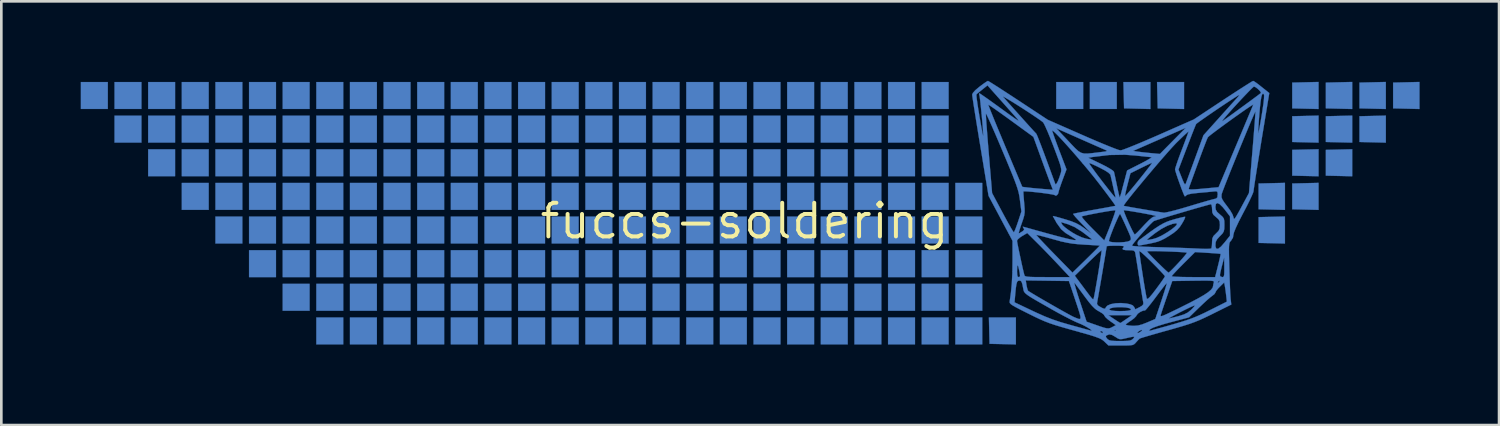
<source format=kicad_pcb>
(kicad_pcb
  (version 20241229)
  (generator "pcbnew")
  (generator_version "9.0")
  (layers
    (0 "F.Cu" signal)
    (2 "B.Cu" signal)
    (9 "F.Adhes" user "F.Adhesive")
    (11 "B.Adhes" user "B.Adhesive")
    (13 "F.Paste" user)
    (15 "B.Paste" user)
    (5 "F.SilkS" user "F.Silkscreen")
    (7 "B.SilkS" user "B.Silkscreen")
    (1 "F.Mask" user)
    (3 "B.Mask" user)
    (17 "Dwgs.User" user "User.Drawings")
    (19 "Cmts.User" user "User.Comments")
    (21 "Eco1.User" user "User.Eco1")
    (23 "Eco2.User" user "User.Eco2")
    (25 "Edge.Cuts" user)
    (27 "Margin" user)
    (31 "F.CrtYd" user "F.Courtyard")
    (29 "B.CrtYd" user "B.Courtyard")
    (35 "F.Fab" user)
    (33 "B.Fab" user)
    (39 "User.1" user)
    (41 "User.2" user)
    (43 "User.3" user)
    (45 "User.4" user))
  (footprint "fuccs-soldering"
    (layer "F.Cu")
    (at 32.466 5.297)
    (property "Reference" "fuccs-soldering" (at -7.4 0 0) (layer "F.SilkS") (effects (font (size 1.27 1.27) (thickness 0.15))))
    (attr through_hole)
    (fp_poly (pts (xy -32.461 -4.233) (xy -31.445 -4.233) (xy -31.445 -5.249) (xy -32.461 -5.249) (xy -32.461 -4.233)) (stroke (width 0.01) (type solid)) (fill yes) (layer "B.Cu"))
    (fp_poly (pts (xy -31.191 -4.233) (xy -30.175 -4.233) (xy -30.175 -5.249) (xy -31.191 -5.249) (xy -31.191 -4.233)) (stroke (width 0.01) (type solid)) (fill yes) (layer "B.Cu"))
    (fp_poly (pts (xy -31.191 -2.963) (xy -30.175 -2.963) (xy -30.175 -3.979) (xy -31.191 -3.979) (xy -31.191 -2.963)) (stroke (width 0.01) (type solid)) (fill yes) (layer "B.Cu"))
    (fp_poly (pts (xy -29.921 -4.233) (xy -28.905 -4.233) (xy -28.905 -5.249) (xy -29.921 -5.249) (xy -29.921 -4.233)) (stroke (width 0.01) (type solid)) (fill yes) (layer "B.Cu"))
    (fp_poly (pts (xy -29.921 -2.963) (xy -28.905 -2.963) (xy -28.905 -3.979) (xy -29.921 -3.979) (xy -29.921 -2.963)) (stroke (width 0.01) (type solid)) (fill yes) (layer "B.Cu"))
    (fp_poly (pts (xy -29.921 -1.693) (xy -28.905 -1.693) (xy -28.905 -2.709) (xy -29.921 -2.709) (xy -29.921 -1.693)) (stroke (width 0.01) (type solid)) (fill yes) (layer "B.Cu"))
    (fp_poly (pts (xy -28.651 -4.233) (xy -27.635 -4.233) (xy -27.635 -5.249) (xy -28.651 -5.249) (xy -28.651 -4.233)) (stroke (width 0.01) (type solid)) (fill yes) (layer "B.Cu"))
    (fp_poly (pts (xy -28.651 -2.963) (xy -27.635 -2.963) (xy -27.635 -3.979) (xy -28.651 -3.979) (xy -28.651 -2.963)) (stroke (width 0.01) (type solid)) (fill yes) (layer "B.Cu"))
    (fp_poly (pts (xy -28.651 -1.693) (xy -27.635 -1.693) (xy -27.635 -2.709) (xy -28.651 -2.709) (xy -28.651 -1.693)) (stroke (width 0.01) (type solid)) (fill yes) (layer "B.Cu"))
    (fp_poly (pts (xy -28.651 -0.423) (xy -27.635 -0.423) (xy -27.635 -1.439) (xy -28.651 -1.439) (xy -28.651 -0.423)) (stroke (width 0.01) (type solid)) (fill yes) (layer "B.Cu"))
    (fp_poly (pts (xy -27.381 -4.233) (xy -26.365 -4.233) (xy -26.365 -5.249) (xy -27.381 -5.249) (xy -27.381 -4.233)) (stroke (width 0.01) (type solid)) (fill yes) (layer "B.Cu"))
    (fp_poly (pts (xy -27.381 -2.963) (xy -26.365 -2.963) (xy -26.365 -3.979) (xy -27.381 -3.979) (xy -27.381 -2.963)) (stroke (width 0.01) (type solid)) (fill yes) (layer "B.Cu"))
    (fp_poly (pts (xy -27.381 -1.693) (xy -26.365 -1.693) (xy -26.365 -2.709) (xy -27.381 -2.709) (xy -27.381 -1.693)) (stroke (width 0.01) (type solid)) (fill yes) (layer "B.Cu"))
    (fp_poly (pts (xy -27.381 -0.423) (xy -26.365 -0.423) (xy -26.365 -1.439) (xy -27.381 -1.439) (xy -27.381 -0.423)) (stroke (width 0.01) (type solid)) (fill yes) (layer "B.Cu"))
    (fp_poly (pts (xy -27.381 0.847) (xy -26.365 0.847) (xy -26.365 -0.169) (xy -27.381 -0.169) (xy -27.381 0.847)) (stroke (width 0.01) (type solid)) (fill yes) (layer "B.Cu"))
    (fp_poly (pts (xy -26.111 -4.233) (xy -25.095 -4.233) (xy -25.095 -5.249) (xy -26.111 -5.249) (xy -26.111 -4.233)) (stroke (width 0.01) (type solid)) (fill yes) (layer "B.Cu"))
    (fp_poly (pts (xy -26.111 -2.963) (xy -25.095 -2.963) (xy -25.095 -3.979) (xy -26.111 -3.979) (xy -26.111 -2.963)) (stroke (width 0.01) (type solid)) (fill yes) (layer "B.Cu"))
    (fp_poly (pts (xy -26.111 -1.693) (xy -25.095 -1.693) (xy -25.095 -2.709) (xy -26.111 -2.709) (xy -26.111 -1.693)) (stroke (width 0.01) (type solid)) (fill yes) (layer "B.Cu"))
    (fp_poly (pts (xy -26.111 -0.423) (xy -25.095 -0.423) (xy -25.095 -1.439) (xy -26.111 -1.439) (xy -26.111 -0.423)) (stroke (width 0.01) (type solid)) (fill yes) (layer "B.Cu"))
    (fp_poly (pts (xy -26.111 0.847) (xy -25.095 0.847) (xy -25.095 -0.169) (xy -26.111 -0.169) (xy -26.111 0.847)) (stroke (width 0.01) (type solid)) (fill yes) (layer "B.Cu"))
    (fp_poly (pts (xy -26.111 2.117) (xy -25.095 2.117) (xy -25.095 1.101) (xy -26.111 1.101) (xy -26.111 2.117)) (stroke (width 0.01) (type solid)) (fill yes) (layer "B.Cu"))
    (fp_poly (pts (xy -24.841 -4.233) (xy -23.825 -4.233) (xy -23.825 -5.249) (xy -24.841 -5.249) (xy -24.841 -4.233)) (stroke (width 0.01) (type solid)) (fill yes) (layer "B.Cu"))
    (fp_poly (pts (xy -24.841 -2.963) (xy -23.825 -2.963) (xy -23.825 -3.979) (xy -24.841 -3.979) (xy -24.841 -2.963)) (stroke (width 0.01) (type solid)) (fill yes) (layer "B.Cu"))
    (fp_poly (pts (xy -24.841 -1.693) (xy -23.825 -1.693) (xy -23.825 -2.709) (xy -24.841 -2.709) (xy -24.841 -1.693)) (stroke (width 0.01) (type solid)) (fill yes) (layer "B.Cu"))
    (fp_poly (pts (xy -24.841 -0.423) (xy -23.825 -0.423) (xy -23.825 -1.439) (xy -24.841 -1.439) (xy -24.841 -0.423)) (stroke (width 0.01) (type solid)) (fill yes) (layer "B.Cu"))
    (fp_poly (pts (xy -24.841 0.847) (xy -23.825 0.847) (xy -23.825 -0.169) (xy -24.841 -0.169) (xy -24.841 0.847)) (stroke (width 0.01) (type solid)) (fill yes) (layer "B.Cu"))
    (fp_poly (pts (xy -24.841 2.117) (xy -23.825 2.117) (xy -23.825 1.101) (xy -24.841 1.101) (xy -24.841 2.117)) (stroke (width 0.01) (type solid)) (fill yes) (layer "B.Cu"))
    (fp_poly (pts (xy -24.841 3.387) (xy -23.825 3.387) (xy -23.825 2.371) (xy -24.841 2.371) (xy -24.841 3.387)) (stroke (width 0.01) (type solid)) (fill yes) (layer "B.Cu"))
    (fp_poly (pts (xy -23.571 -4.233) (xy -22.555 -4.233) (xy -22.555 -5.249) (xy -23.571 -5.249) (xy -23.571 -4.233)) (stroke (width 0.01) (type solid)) (fill yes) (layer "B.Cu"))
    (fp_poly (pts (xy -23.571 -2.963) (xy -22.555 -2.963) (xy -22.555 -3.979) (xy -23.571 -3.979) (xy -23.571 -2.963)) (stroke (width 0.01) (type solid)) (fill yes) (layer "B.Cu"))
    (fp_poly (pts (xy -23.571 -1.693) (xy -22.555 -1.693) (xy -22.555 -2.709) (xy -23.571 -2.709) (xy -23.571 -1.693)) (stroke (width 0.01) (type solid)) (fill yes) (layer "B.Cu"))
    (fp_poly (pts (xy -23.571 -0.423) (xy -22.555 -0.423) (xy -22.555 -1.439) (xy -23.571 -1.439) (xy -23.571 -0.423)) (stroke (width 0.01) (type solid)) (fill yes) (layer "B.Cu"))
    (fp_poly (pts (xy -23.571 0.847) (xy -22.555 0.847) (xy -22.555 -0.169) (xy -23.571 -0.169) (xy -23.571 0.847)) (stroke (width 0.01) (type solid)) (fill yes) (layer "B.Cu"))
    (fp_poly (pts (xy -23.571 2.117) (xy -22.555 2.117) (xy -22.555 1.101) (xy -23.571 1.101) (xy -23.571 2.117)) (stroke (width 0.01) (type solid)) (fill yes) (layer "B.Cu"))
    (fp_poly (pts (xy -23.571 3.387) (xy -22.555 3.387) (xy -22.555 2.371) (xy -23.571 2.371) (xy -23.571 3.387)) (stroke (width 0.01) (type solid)) (fill yes) (layer "B.Cu"))
    (fp_poly (pts (xy -23.571 4.657) (xy -22.555 4.657) (xy -22.555 3.641) (xy -23.571 3.641) (xy -23.571 4.657)) (stroke (width 0.01) (type solid)) (fill yes) (layer "B.Cu"))
    (fp_poly (pts (xy -22.301 -4.233) (xy -21.285 -4.233) (xy -21.285 -5.249) (xy -22.301 -5.249) (xy -22.301 -4.233)) (stroke (width 0.01) (type solid)) (fill yes) (layer "B.Cu"))
    (fp_poly (pts (xy -22.301 -2.963) (xy -21.285 -2.963) (xy -21.285 -3.979) (xy -22.301 -3.979) (xy -22.301 -2.963)) (stroke (width 0.01) (type solid)) (fill yes) (layer "B.Cu"))
    (fp_poly (pts (xy -22.301 -1.693) (xy -21.285 -1.693) (xy -21.285 -2.709) (xy -22.301 -2.709) (xy -22.301 -1.693)) (stroke (width 0.01) (type solid)) (fill yes) (layer "B.Cu"))
    (fp_poly (pts (xy -22.301 -0.423) (xy -21.285 -0.423) (xy -21.285 -1.439) (xy -22.301 -1.439) (xy -22.301 -0.423)) (stroke (width 0.01) (type solid)) (fill yes) (layer "B.Cu"))
    (fp_poly (pts (xy -22.301 0.847) (xy -21.285 0.847) (xy -21.285 -0.169) (xy -22.301 -0.169) (xy -22.301 0.847)) (stroke (width 0.01) (type solid)) (fill yes) (layer "B.Cu"))
    (fp_poly (pts (xy -22.301 2.117) (xy -21.285 2.117) (xy -21.285 1.101) (xy -22.301 1.101) (xy -22.301 2.117)) (stroke (width 0.01) (type solid)) (fill yes) (layer "B.Cu"))
    (fp_poly (pts (xy -22.301 3.387) (xy -21.285 3.387) (xy -21.285 2.371) (xy -22.301 2.371) (xy -22.301 3.387)) (stroke (width 0.01) (type solid)) (fill yes) (layer "B.Cu"))
    (fp_poly (pts (xy -22.301 4.657) (xy -21.285 4.657) (xy -21.285 3.641) (xy -22.301 3.641) (xy -22.301 4.657)) (stroke (width 0.01) (type solid)) (fill yes) (layer "B.Cu"))
    (fp_poly (pts (xy -21.031 -4.233) (xy -20.015 -4.233) (xy -20.015 -5.249) (xy -21.031 -5.249) (xy -21.031 -4.233)) (stroke (width 0.01) (type solid)) (fill yes) (layer "B.Cu"))
    (fp_poly (pts (xy -21.031 -2.963) (xy -20.015 -2.963) (xy -20.015 -3.979) (xy -21.031 -3.979) (xy -21.031 -2.963)) (stroke (width 0.01) (type solid)) (fill yes) (layer "B.Cu"))
    (fp_poly (pts (xy -21.031 -1.693) (xy -20.015 -1.693) (xy -20.015 -2.709) (xy -21.031 -2.709) (xy -21.031 -1.693)) (stroke (width 0.01) (type solid)) (fill yes) (layer "B.Cu"))
    (fp_poly (pts (xy -21.031 -0.423) (xy -20.015 -0.423) (xy -20.015 -1.439) (xy -21.031 -1.439) (xy -21.031 -0.423)) (stroke (width 0.01) (type solid)) (fill yes) (layer "B.Cu"))
    (fp_poly (pts (xy -21.031 0.847) (xy -20.015 0.847) (xy -20.015 -0.169) (xy -21.031 -0.169) (xy -21.031 0.847)) (stroke (width 0.01) (type solid)) (fill yes) (layer "B.Cu"))
    (fp_poly (pts (xy -21.031 2.117) (xy -20.015 2.117) (xy -20.015 1.101) (xy -21.031 1.101) (xy -21.031 2.117)) (stroke (width 0.01) (type solid)) (fill yes) (layer "B.Cu"))
    (fp_poly (pts (xy -21.031 3.387) (xy -20.015 3.387) (xy -20.015 2.371) (xy -21.031 2.371) (xy -21.031 3.387)) (stroke (width 0.01) (type solid)) (fill yes) (layer "B.Cu"))
    (fp_poly (pts (xy -21.031 4.657) (xy -20.015 4.657) (xy -20.015 3.641) (xy -21.031 3.641) (xy -21.031 4.657)) (stroke (width 0.01) (type solid)) (fill yes) (layer "B.Cu"))
    (fp_poly (pts (xy -19.761 -4.233) (xy -18.745 -4.233) (xy -18.745 -5.249) (xy -19.761 -5.249) (xy -19.761 -4.233)) (stroke (width 0.01) (type solid)) (fill yes) (layer "B.Cu"))
    (fp_poly (pts (xy -19.761 -2.963) (xy -18.745 -2.963) (xy -18.745 -3.979) (xy -19.761 -3.979) (xy -19.761 -2.963)) (stroke (width 0.01) (type solid)) (fill yes) (layer "B.Cu"))
    (fp_poly (pts (xy -19.761 -1.693) (xy -18.745 -1.693) (xy -18.745 -2.709) (xy -19.761 -2.709) (xy -19.761 -1.693)) (stroke (width 0.01) (type solid)) (fill yes) (layer "B.Cu"))
    (fp_poly (pts (xy -19.761 -0.423) (xy -18.745 -0.423) (xy -18.745 -1.439) (xy -19.761 -1.439) (xy -19.761 -0.423)) (stroke (width 0.01) (type solid)) (fill yes) (layer "B.Cu"))
    (fp_poly (pts (xy -19.761 0.847) (xy -18.745 0.847) (xy -18.745 -0.169) (xy -19.761 -0.169) (xy -19.761 0.847)) (stroke (width 0.01) (type solid)) (fill yes) (layer "B.Cu"))
    (fp_poly (pts (xy -19.761 2.117) (xy -18.745 2.117) (xy -18.745 1.101) (xy -19.761 1.101) (xy -19.761 2.117)) (stroke (width 0.01) (type solid)) (fill yes) (layer "B.Cu"))
    (fp_poly (pts (xy -19.761 3.387) (xy -18.745 3.387) (xy -18.745 2.371) (xy -19.761 2.371) (xy -19.761 3.387)) (stroke (width 0.01) (type solid)) (fill yes) (layer "B.Cu"))
    (fp_poly (pts (xy -19.761 4.657) (xy -18.745 4.657) (xy -18.745 3.641) (xy -19.761 3.641) (xy -19.761 4.657)) (stroke (width 0.01) (type solid)) (fill yes) (layer "B.Cu"))
    (fp_poly (pts (xy -18.491 -4.233) (xy -17.475 -4.233) (xy -17.475 -5.249) (xy -18.491 -5.249) (xy -18.491 -4.233)) (stroke (width 0.01) (type solid)) (fill yes) (layer "B.Cu"))
    (fp_poly (pts (xy -18.491 -2.963) (xy -17.475 -2.963) (xy -17.475 -3.979) (xy -18.491 -3.979) (xy -18.491 -2.963)) (stroke (width 0.01) (type solid)) (fill yes) (layer "B.Cu"))
    (fp_poly (pts (xy -18.491 -1.693) (xy -17.475 -1.693) (xy -17.475 -2.709) (xy -18.491 -2.709) (xy -18.491 -1.693)) (stroke (width 0.01) (type solid)) (fill yes) (layer "B.Cu"))
    (fp_poly (pts (xy -18.491 -0.423) (xy -17.475 -0.423) (xy -17.475 -1.439) (xy -18.491 -1.439) (xy -18.491 -0.423)) (stroke (width 0.01) (type solid)) (fill yes) (layer "B.Cu"))
    (fp_poly (pts (xy -18.491 0.847) (xy -17.475 0.847) (xy -17.475 -0.169) (xy -18.491 -0.169) (xy -18.491 0.847)) (stroke (width 0.01) (type solid)) (fill yes) (layer "B.Cu"))
    (fp_poly (pts (xy -18.491 2.117) (xy -17.475 2.117) (xy -17.475 1.101) (xy -18.491 1.101) (xy -18.491 2.117)) (stroke (width 0.01) (type solid)) (fill yes) (layer "B.Cu"))
    (fp_poly (pts (xy -18.491 3.387) (xy -17.475 3.387) (xy -17.475 2.371) (xy -18.491 2.371) (xy -18.491 3.387)) (stroke (width 0.01) (type solid)) (fill yes) (layer "B.Cu"))
    (fp_poly (pts (xy -18.491 4.657) (xy -17.475 4.657) (xy -17.475 3.641) (xy -18.491 3.641) (xy -18.491 4.657)) (stroke (width 0.01) (type solid)) (fill yes) (layer "B.Cu"))
    (fp_poly (pts (xy -17.221 -4.233) (xy -16.205 -4.233) (xy -16.205 -5.249) (xy -17.221 -5.249) (xy -17.221 -4.233)) (stroke (width 0.01) (type solid)) (fill yes) (layer "B.Cu"))
    (fp_poly (pts (xy -17.221 -2.963) (xy -16.205 -2.963) (xy -16.205 -3.979) (xy -17.221 -3.979) (xy -17.221 -2.963)) (stroke (width 0.01) (type solid)) (fill yes) (layer "B.Cu"))
    (fp_poly (pts (xy -17.221 -1.693) (xy -16.205 -1.693) (xy -16.205 -2.709) (xy -17.221 -2.709) (xy -17.221 -1.693)) (stroke (width 0.01) (type solid)) (fill yes) (layer "B.Cu"))
    (fp_poly (pts (xy -17.221 -0.423) (xy -16.205 -0.423) (xy -16.205 -1.439) (xy -17.221 -1.439) (xy -17.221 -0.423)) (stroke (width 0.01) (type solid)) (fill yes) (layer "B.Cu"))
    (fp_poly (pts (xy -17.221 0.847) (xy -16.205 0.847) (xy -16.205 -0.169) (xy -17.221 -0.169) (xy -17.221 0.847)) (stroke (width 0.01) (type solid)) (fill yes) (layer "B.Cu"))
    (fp_poly (pts (xy -17.221 2.117) (xy -16.205 2.117) (xy -16.205 1.101) (xy -17.221 1.101) (xy -17.221 2.117)) (stroke (width 0.01) (type solid)) (fill yes) (layer "B.Cu"))
    (fp_poly (pts (xy -17.221 3.387) (xy -16.205 3.387) (xy -16.205 2.371) (xy -17.221 2.371) (xy -17.221 3.387)) (stroke (width 0.01) (type solid)) (fill yes) (layer "B.Cu"))
    (fp_poly (pts (xy -17.221 4.657) (xy -16.205 4.657) (xy -16.205 3.641) (xy -17.221 3.641) (xy -17.221 4.657)) (stroke (width 0.01) (type solid)) (fill yes) (layer "B.Cu"))
    (fp_poly (pts (xy -15.951 -4.233) (xy -14.935 -4.233) (xy -14.935 -5.249) (xy -15.951 -5.249) (xy -15.951 -4.233)) (stroke (width 0.01) (type solid)) (fill yes) (layer "B.Cu"))
    (fp_poly (pts (xy -15.951 -2.963) (xy -14.935 -2.963) (xy -14.935 -3.979) (xy -15.951 -3.979) (xy -15.951 -2.963)) (stroke (width 0.01) (type solid)) (fill yes) (layer "B.Cu"))
    (fp_poly (pts (xy -15.951 -1.693) (xy -14.935 -1.693) (xy -14.935 -2.709) (xy -15.951 -2.709) (xy -15.951 -1.693)) (stroke (width 0.01) (type solid)) (fill yes) (layer "B.Cu"))
    (fp_poly (pts (xy -15.951 -0.423) (xy -14.935 -0.423) (xy -14.935 -1.439) (xy -15.951 -1.439) (xy -15.951 -0.423)) (stroke (width 0.01) (type solid)) (fill yes) (layer "B.Cu"))
    (fp_poly (pts (xy -15.951 0.847) (xy -14.935 0.847) (xy -14.935 -0.169) (xy -15.951 -0.169) (xy -15.951 0.847)) (stroke (width 0.01) (type solid)) (fill yes) (layer "B.Cu"))
    (fp_poly (pts (xy -15.951 2.117) (xy -14.935 2.117) (xy -14.935 1.101) (xy -15.951 1.101) (xy -15.951 2.117)) (stroke (width 0.01) (type solid)) (fill yes) (layer "B.Cu"))
    (fp_poly (pts (xy -15.951 3.387) (xy -14.935 3.387) (xy -14.935 2.371) (xy -15.951 2.371) (xy -15.951 3.387)) (stroke (width 0.01) (type solid)) (fill yes) (layer "B.Cu"))
    (fp_poly (pts (xy -15.951 4.657) (xy -14.935 4.657) (xy -14.935 3.641) (xy -15.951 3.641) (xy -15.951 4.657)) (stroke (width 0.01) (type solid)) (fill yes) (layer "B.Cu"))
    (fp_poly (pts (xy -14.681 -4.233) (xy -13.665 -4.233) (xy -13.665 -5.249) (xy -14.681 -5.249) (xy -14.681 -4.233)) (stroke (width 0.01) (type solid)) (fill yes) (layer "B.Cu"))
    (fp_poly (pts (xy -14.681 -2.963) (xy -13.665 -2.963) (xy -13.665 -3.979) (xy -14.681 -3.979) (xy -14.681 -2.963)) (stroke (width 0.01) (type solid)) (fill yes) (layer "B.Cu"))
    (fp_poly (pts (xy -14.681 -1.693) (xy -13.665 -1.693) (xy -13.665 -2.709) (xy -14.681 -2.709) (xy -14.681 -1.693)) (stroke (width 0.01) (type solid)) (fill yes) (layer "B.Cu"))
    (fp_poly (pts (xy -14.681 -0.423) (xy -13.665 -0.423) (xy -13.665 -1.439) (xy -14.681 -1.439) (xy -14.681 -0.423)) (stroke (width 0.01) (type solid)) (fill yes) (layer "B.Cu"))
    (fp_poly (pts (xy -14.681 0.847) (xy -13.665 0.847) (xy -13.665 -0.169) (xy -14.681 -0.169) (xy -14.681 0.847)) (stroke (width 0.01) (type solid)) (fill yes) (layer "B.Cu"))
    (fp_poly (pts (xy -14.681 2.117) (xy -13.665 2.117) (xy -13.665 1.101) (xy -14.681 1.101) (xy -14.681 2.117)) (stroke (width 0.01) (type solid)) (fill yes) (layer "B.Cu"))
    (fp_poly (pts (xy -14.681 3.387) (xy -13.665 3.387) (xy -13.665 2.371) (xy -14.681 2.371) (xy -14.681 3.387)) (stroke (width 0.01) (type solid)) (fill yes) (layer "B.Cu"))
    (fp_poly (pts (xy -14.681 4.657) (xy -13.665 4.657) (xy -13.665 3.641) (xy -14.681 3.641) (xy -14.681 4.657)) (stroke (width 0.01) (type solid)) (fill yes) (layer "B.Cu"))
    (fp_poly (pts (xy -13.411 -4.233) (xy -12.395 -4.233) (xy -12.395 -5.249) (xy -13.411 -5.249) (xy -13.411 -4.233)) (stroke (width 0.01) (type solid)) (fill yes) (layer "B.Cu"))
    (fp_poly (pts (xy -13.411 -2.963) (xy -12.395 -2.963) (xy -12.395 -3.979) (xy -13.411 -3.979) (xy -13.411 -2.963)) (stroke (width 0.01) (type solid)) (fill yes) (layer "B.Cu"))
    (fp_poly (pts (xy -13.411 -1.693) (xy -12.395 -1.693) (xy -12.395 -2.709) (xy -13.411 -2.709) (xy -13.411 -1.693)) (stroke (width 0.01) (type solid)) (fill yes) (layer "B.Cu"))
    (fp_poly (pts (xy -13.411 -0.423) (xy -12.395 -0.423) (xy -12.395 -1.439) (xy -13.411 -1.439) (xy -13.411 -0.423)) (stroke (width 0.01) (type solid)) (fill yes) (layer "B.Cu"))
    (fp_poly (pts (xy -13.411 0.847) (xy -12.395 0.847) (xy -12.395 -0.169) (xy -13.411 -0.169) (xy -13.411 0.847)) (stroke (width 0.01) (type solid)) (fill yes) (layer "B.Cu"))
    (fp_poly (pts (xy -13.411 2.117) (xy -12.395 2.117) (xy -12.395 1.101) (xy -13.411 1.101) (xy -13.411 2.117)) (stroke (width 0.01) (type solid)) (fill yes) (layer "B.Cu"))
    (fp_poly (pts (xy -13.411 3.387) (xy -12.395 3.387) (xy -12.395 2.371) (xy -13.411 2.371) (xy -13.411 3.387)) (stroke (width 0.01) (type solid)) (fill yes) (layer "B.Cu"))
    (fp_poly (pts (xy -13.411 4.657) (xy -12.395 4.657) (xy -12.395 3.641) (xy -13.411 3.641) (xy -13.411 4.657)) (stroke (width 0.01) (type solid)) (fill yes) (layer "B.Cu"))
    (fp_poly (pts (xy -12.141 -4.233) (xy -11.125 -4.233) (xy -11.125 -5.249) (xy -12.141 -5.249) (xy -12.141 -4.233)) (stroke (width 0.01) (type solid)) (fill yes) (layer "B.Cu"))
    (fp_poly (pts (xy -12.141 -2.963) (xy -11.125 -2.963) (xy -11.125 -3.979) (xy -12.141 -3.979) (xy -12.141 -2.963)) (stroke (width 0.01) (type solid)) (fill yes) (layer "B.Cu"))
    (fp_poly (pts (xy -12.141 -1.693) (xy -11.125 -1.693) (xy -11.125 -2.709) (xy -12.141 -2.709) (xy -12.141 -1.693)) (stroke (width 0.01) (type solid)) (fill yes) (layer "B.Cu"))
    (fp_poly (pts (xy -12.141 -0.423) (xy -11.125 -0.423) (xy -11.125 -1.439) (xy -12.141 -1.439) (xy -12.141 -0.423)) (stroke (width 0.01) (type solid)) (fill yes) (layer "B.Cu"))
    (fp_poly (pts (xy -12.141 0.847) (xy -11.125 0.847) (xy -11.125 -0.169) (xy -12.141 -0.169) (xy -12.141 0.847)) (stroke (width 0.01) (type solid)) (fill yes) (layer "B.Cu"))
    (fp_poly (pts (xy -12.141 2.117) (xy -11.125 2.117) (xy -11.125 1.101) (xy -12.141 1.101) (xy -12.141 2.117)) (stroke (width 0.01) (type solid)) (fill yes) (layer "B.Cu"))
    (fp_poly (pts (xy -12.141 3.387) (xy -11.125 3.387) (xy -11.125 2.371) (xy -12.141 2.371) (xy -12.141 3.387)) (stroke (width 0.01) (type solid)) (fill yes) (layer "B.Cu"))
    (fp_poly (pts (xy -12.141 4.657) (xy -11.125 4.657) (xy -11.125 3.641) (xy -12.141 3.641) (xy -12.141 4.657)) (stroke (width 0.01) (type solid)) (fill yes) (layer "B.Cu"))
    (fp_poly (pts (xy -10.871 -4.233) (xy -9.855 -4.233) (xy -9.855 -5.249) (xy -10.871 -5.249) (xy -10.871 -4.233)) (stroke (width 0.01) (type solid)) (fill yes) (layer "B.Cu"))
    (fp_poly (pts (xy -10.871 -2.963) (xy -9.855 -2.963) (xy -9.855 -3.979) (xy -10.871 -3.979) (xy -10.871 -2.963)) (stroke (width 0.01) (type solid)) (fill yes) (layer "B.Cu"))
    (fp_poly (pts (xy -10.871 -1.693) (xy -9.855 -1.693) (xy -9.855 -2.709) (xy -10.871 -2.709) (xy -10.871 -1.693)) (stroke (width 0.01) (type solid)) (fill yes) (layer "B.Cu"))
    (fp_poly (pts (xy -10.871 -0.423) (xy -9.855 -0.423) (xy -9.855 -1.439) (xy -10.871 -1.439) (xy -10.871 -0.423)) (stroke (width 0.01) (type solid)) (fill yes) (layer "B.Cu"))
    (fp_poly (pts (xy -10.871 0.847) (xy -9.855 0.847) (xy -9.855 -0.169) (xy -10.871 -0.169) (xy -10.871 0.847)) (stroke (width 0.01) (type solid)) (fill yes) (layer "B.Cu"))
    (fp_poly (pts (xy -10.871 2.117) (xy -9.855 2.117) (xy -9.855 1.101) (xy -10.871 1.101) (xy -10.871 2.117)) (stroke (width 0.01) (type solid)) (fill yes) (layer "B.Cu"))
    (fp_poly (pts (xy -10.871 3.387) (xy -9.855 3.387) (xy -9.855 2.371) (xy -10.871 2.371) (xy -10.871 3.387)) (stroke (width 0.01) (type solid)) (fill yes) (layer "B.Cu"))
    (fp_poly (pts (xy -10.871 4.657) (xy -9.855 4.657) (xy -9.855 3.641) (xy -10.871 3.641) (xy -10.871 4.657)) (stroke (width 0.01) (type solid)) (fill yes) (layer "B.Cu"))
    (fp_poly (pts (xy -9.601 -4.233) (xy -8.585 -4.233) (xy -8.585 -5.249) (xy -9.601 -5.249) (xy -9.601 -4.233)) (stroke (width 0.01) (type solid)) (fill yes) (layer "B.Cu"))
    (fp_poly (pts (xy -9.601 -2.963) (xy -8.585 -2.963) (xy -8.585 -3.979) (xy -9.601 -3.979) (xy -9.601 -2.963)) (stroke (width 0.01) (type solid)) (fill yes) (layer "B.Cu"))
    (fp_poly (pts (xy -9.601 -1.693) (xy -8.585 -1.693) (xy -8.585 -2.709) (xy -9.601 -2.709) (xy -9.601 -1.693)) (stroke (width 0.01) (type solid)) (fill yes) (layer "B.Cu"))
    (fp_poly (pts (xy -9.601 -0.423) (xy -8.585 -0.423) (xy -8.585 -1.439) (xy -9.601 -1.439) (xy -9.601 -0.423)) (stroke (width 0.01) (type solid)) (fill yes) (layer "B.Cu"))
    (fp_poly (pts (xy -9.601 0.847) (xy -8.585 0.847) (xy -8.585 -0.169) (xy -9.601 -0.169) (xy -9.601 0.847)) (stroke (width 0.01) (type solid)) (fill yes) (layer "B.Cu"))
    (fp_poly (pts (xy -9.601 2.117) (xy -8.585 2.117) (xy -8.585 1.101) (xy -9.601 1.101) (xy -9.601 2.117)) (stroke (width 0.01) (type solid)) (fill yes) (layer "B.Cu"))
    (fp_poly (pts (xy -9.601 3.387) (xy -8.585 3.387) (xy -8.585 2.371) (xy -9.601 2.371) (xy -9.601 3.387)) (stroke (width 0.01) (type solid)) (fill yes) (layer "B.Cu"))
    (fp_poly (pts (xy -9.601 4.657) (xy -8.585 4.657) (xy -8.585 3.641) (xy -9.601 3.641) (xy -9.601 4.657)) (stroke (width 0.01) (type solid)) (fill yes) (layer "B.Cu"))
    (fp_poly (pts (xy -8.331 -4.233) (xy -7.315 -4.233) (xy -7.315 -5.249) (xy -8.331 -5.249) (xy -8.331 -4.233)) (stroke (width 0.01) (type solid)) (fill yes) (layer "B.Cu"))
    (fp_poly (pts (xy -8.331 -2.963) (xy -7.315 -2.963) (xy -7.315 -3.979) (xy -8.331 -3.979) (xy -8.331 -2.963)) (stroke (width 0.01) (type solid)) (fill yes) (layer "B.Cu"))
    (fp_poly (pts (xy -8.331 -1.693) (xy -7.315 -1.693) (xy -7.315 -2.709) (xy -8.331 -2.709) (xy -8.331 -1.693)) (stroke (width 0.01) (type solid)) (fill yes) (layer "B.Cu"))
    (fp_poly (pts (xy -8.331 -0.423) (xy -7.315 -0.423) (xy -7.315 -1.439) (xy -8.331 -1.439) (xy -8.331 -0.423)) (stroke (width 0.01) (type solid)) (fill yes) (layer "B.Cu"))
    (fp_poly (pts (xy -8.331 0.847) (xy -7.315 0.847) (xy -7.315 -0.169) (xy -8.331 -0.169) (xy -8.331 0.847)) (stroke (width 0.01) (type solid)) (fill yes) (layer "B.Cu"))
    (fp_poly (pts (xy -8.331 2.117) (xy -7.315 2.117) (xy -7.315 1.101) (xy -8.331 1.101) (xy -8.331 2.117)) (stroke (width 0.01) (type solid)) (fill yes) (layer "B.Cu"))
    (fp_poly (pts (xy -8.331 3.387) (xy -7.315 3.387) (xy -7.315 2.371) (xy -8.331 2.371) (xy -8.331 3.387)) (stroke (width 0.01) (type solid)) (fill yes) (layer "B.Cu"))
    (fp_poly (pts (xy -8.331 4.657) (xy -7.315 4.657) (xy -7.315 3.641) (xy -8.331 3.641) (xy -8.331 4.657)) (stroke (width 0.01) (type solid)) (fill yes) (layer "B.Cu"))
    (fp_poly (pts (xy -7.061 -4.233) (xy -6.045 -4.233) (xy -6.045 -5.249) (xy -7.061 -5.249) (xy -7.061 -4.233)) (stroke (width 0.01) (type solid)) (fill yes) (layer "B.Cu"))
    (fp_poly (pts (xy -7.061 -2.963) (xy -6.045 -2.963) (xy -6.045 -3.979) (xy -7.061 -3.979) (xy -7.061 -2.963)) (stroke (width 0.01) (type solid)) (fill yes) (layer "B.Cu"))
    (fp_poly (pts (xy -7.061 -1.693) (xy -6.045 -1.693) (xy -6.045 -2.709) (xy -7.061 -2.709) (xy -7.061 -1.693)) (stroke (width 0.01) (type solid)) (fill yes) (layer "B.Cu"))
    (fp_poly (pts (xy -7.061 -0.423) (xy -6.045 -0.423) (xy -6.045 -1.439) (xy -7.061 -1.439) (xy -7.061 -0.423)) (stroke (width 0.01) (type solid)) (fill yes) (layer "B.Cu"))
    (fp_poly (pts (xy -7.061 0.847) (xy -6.045 0.847) (xy -6.045 -0.169) (xy -7.061 -0.169) (xy -7.061 0.847)) (stroke (width 0.01) (type solid)) (fill yes) (layer "B.Cu"))
    (fp_poly (pts (xy -7.061 2.117) (xy -6.045 2.117) (xy -6.045 1.101) (xy -7.061 1.101) (xy -7.061 2.117)) (stroke (width 0.01) (type solid)) (fill yes) (layer "B.Cu"))
    (fp_poly (pts (xy -7.061 3.387) (xy -6.045 3.387) (xy -6.045 2.371) (xy -7.061 2.371) (xy -7.061 3.387)) (stroke (width 0.01) (type solid)) (fill yes) (layer "B.Cu"))
    (fp_poly (pts (xy -7.061 4.657) (xy -6.045 4.657) (xy -6.045 3.641) (xy -7.061 3.641) (xy -7.061 4.657)) (stroke (width 0.01) (type solid)) (fill yes) (layer "B.Cu"))
    (fp_poly (pts (xy -5.791 -4.233) (xy -4.775 -4.233) (xy -4.775 -5.249) (xy -5.791 -5.249) (xy -5.791 -4.233)) (stroke (width 0.01) (type solid)) (fill yes) (layer "B.Cu"))
    (fp_poly (pts (xy -5.791 -2.963) (xy -4.775 -2.963) (xy -4.775 -3.979) (xy -5.791 -3.979) (xy -5.791 -2.963)) (stroke (width 0.01) (type solid)) (fill yes) (layer "B.Cu"))
    (fp_poly (pts (xy -5.791 -1.693) (xy -4.775 -1.693) (xy -4.775 -2.709) (xy -5.791 -2.709) (xy -5.791 -1.693)) (stroke (width 0.01) (type solid)) (fill yes) (layer "B.Cu"))
    (fp_poly (pts (xy -5.791 -0.423) (xy -4.775 -0.423) (xy -4.775 -1.439) (xy -5.791 -1.439) (xy -5.791 -0.423)) (stroke (width 0.01) (type solid)) (fill yes) (layer "B.Cu"))
    (fp_poly (pts (xy -5.791 0.847) (xy -4.775 0.847) (xy -4.775 -0.169) (xy -5.791 -0.169) (xy -5.791 0.847)) (stroke (width 0.01) (type solid)) (fill yes) (layer "B.Cu"))
    (fp_poly (pts (xy -5.791 2.117) (xy -4.775 2.117) (xy -4.775 1.101) (xy -5.791 1.101) (xy -5.791 2.117)) (stroke (width 0.01) (type solid)) (fill yes) (layer "B.Cu"))
    (fp_poly (pts (xy -5.791 3.387) (xy -4.775 3.387) (xy -4.775 2.371) (xy -5.791 2.371) (xy -5.791 3.387)) (stroke (width 0.01) (type solid)) (fill yes) (layer "B.Cu"))
    (fp_poly (pts (xy -5.791 4.657) (xy -4.775 4.657) (xy -4.775 3.641) (xy -5.791 3.641) (xy -5.791 4.657)) (stroke (width 0.01) (type solid)) (fill yes) (layer "B.Cu"))
    (fp_poly (pts (xy -4.521 -4.233) (xy -3.505 -4.233) (xy -3.505 -5.249) (xy -4.521 -5.249) (xy -4.521 -4.233)) (stroke (width 0.01) (type solid)) (fill yes) (layer "B.Cu"))
    (fp_poly (pts (xy -4.521 -2.963) (xy -3.505 -2.963) (xy -3.505 -3.979) (xy -4.521 -3.979) (xy -4.521 -2.963)) (stroke (width 0.01) (type solid)) (fill yes) (layer "B.Cu"))
    (fp_poly (pts (xy -4.521 -1.693) (xy -3.505 -1.693) (xy -3.505 -2.709) (xy -4.521 -2.709) (xy -4.521 -1.693)) (stroke (width 0.01) (type solid)) (fill yes) (layer "B.Cu"))
    (fp_poly (pts (xy -4.521 -0.423) (xy -3.505 -0.423) (xy -3.505 -1.439) (xy -4.521 -1.439) (xy -4.521 -0.423)) (stroke (width 0.01) (type solid)) (fill yes) (layer "B.Cu"))
    (fp_poly (pts (xy -4.521 0.847) (xy -3.505 0.847) (xy -3.505 -0.169) (xy -4.521 -0.169) (xy -4.521 0.847)) (stroke (width 0.01) (type solid)) (fill yes) (layer "B.Cu"))
    (fp_poly (pts (xy -4.521 2.117) (xy -3.505 2.117) (xy -3.505 1.101) (xy -4.521 1.101) (xy -4.521 2.117)) (stroke (width 0.01) (type solid)) (fill yes) (layer "B.Cu"))
    (fp_poly (pts (xy -4.521 3.387) (xy -3.505 3.387) (xy -3.505 2.371) (xy -4.521 2.371) (xy -4.521 3.387)) (stroke (width 0.01) (type solid)) (fill yes) (layer "B.Cu"))
    (fp_poly (pts (xy -4.521 4.657) (xy -3.505 4.657) (xy -3.505 3.641) (xy -4.521 3.641) (xy -4.521 4.657)) (stroke (width 0.01) (type solid)) (fill yes) (layer "B.Cu"))
    (fp_poly (pts (xy -3.251 -4.233) (xy -2.235 -4.233) (xy -2.235 -5.249) (xy -3.251 -5.249) (xy -3.251 -4.233)) (stroke (width 0.01) (type solid)) (fill yes) (layer "B.Cu"))
    (fp_poly (pts (xy -3.251 -2.963) (xy -2.235 -2.963) (xy -2.235 -3.979) (xy -3.251 -3.979) (xy -3.251 -2.963)) (stroke (width 0.01) (type solid)) (fill yes) (layer "B.Cu"))
    (fp_poly (pts (xy -3.251 -1.693) (xy -2.235 -1.693) (xy -2.235 -2.709) (xy -3.251 -2.709) (xy -3.251 -1.693)) (stroke (width 0.01) (type solid)) (fill yes) (layer "B.Cu"))
    (fp_poly (pts (xy -3.251 -0.423) (xy -2.235 -0.423) (xy -2.235 -1.439) (xy -3.251 -1.439) (xy -3.251 -0.423)) (stroke (width 0.01) (type solid)) (fill yes) (layer "B.Cu"))
    (fp_poly (pts (xy -3.251 0.847) (xy -2.235 0.847) (xy -2.235 -0.169) (xy -3.251 -0.169) (xy -3.251 0.847)) (stroke (width 0.01) (type solid)) (fill yes) (layer "B.Cu"))
    (fp_poly (pts (xy -3.251 2.117) (xy -2.235 2.117) (xy -2.235 1.101) (xy -3.251 1.101) (xy -3.251 2.117)) (stroke (width 0.01) (type solid)) (fill yes) (layer "B.Cu"))
    (fp_poly (pts (xy -3.251 3.387) (xy -2.235 3.387) (xy -2.235 2.371) (xy -3.251 2.371) (xy -3.251 3.387)) (stroke (width 0.01) (type solid)) (fill yes) (layer "B.Cu"))
    (fp_poly (pts (xy -3.251 4.657) (xy -2.235 4.657) (xy -2.235 3.641) (xy -3.251 3.641) (xy -3.251 4.657)) (stroke (width 0.01) (type solid)) (fill yes) (layer "B.Cu"))
    (fp_poly (pts (xy -1.981 -4.233) (xy -0.965 -4.233) (xy -0.965 -5.249) (xy -1.981 -5.249) (xy -1.981 -4.233)) (stroke (width 0.01) (type solid)) (fill yes) (layer "B.Cu"))
    (fp_poly (pts (xy -1.981 -2.963) (xy -0.965 -2.963) (xy -0.965 -3.979) (xy -1.981 -3.979) (xy -1.981 -2.963)) (stroke (width 0.01) (type solid)) (fill yes) (layer "B.Cu"))
    (fp_poly (pts (xy -1.981 -1.693) (xy -0.965 -1.693) (xy -0.965 -2.709) (xy -1.981 -2.709) (xy -1.981 -1.693)) (stroke (width 0.01) (type solid)) (fill yes) (layer "B.Cu"))
    (fp_poly (pts (xy -1.981 -0.423) (xy -0.965 -0.423) (xy -0.965 -1.439) (xy -1.981 -1.439) (xy -1.981 -0.423)) (stroke (width 0.01) (type solid)) (fill yes) (layer "B.Cu"))
    (fp_poly (pts (xy -1.981 0.847) (xy -0.965 0.847) (xy -0.965 -0.169) (xy -1.981 -0.169) (xy -1.981 0.847)) (stroke (width 0.01) (type solid)) (fill yes) (layer "B.Cu"))
    (fp_poly (pts (xy -1.981 2.117) (xy -0.965 2.117) (xy -0.965 1.101) (xy -1.981 1.101) (xy -1.981 2.117)) (stroke (width 0.01) (type solid)) (fill yes) (layer "B.Cu"))
    (fp_poly (pts (xy -1.981 3.387) (xy -0.965 3.387) (xy -0.965 2.371) (xy -1.981 2.371) (xy -1.981 3.387)) (stroke (width 0.01) (type solid)) (fill yes) (layer "B.Cu"))
    (fp_poly (pts (xy -1.981 4.657) (xy -0.965 4.657) (xy -0.965 3.641) (xy -1.981 3.641) (xy -1.981 4.657)) (stroke (width 0.01) (type solid)) (fill yes) (layer "B.Cu"))
    (fp_poly (pts (xy -0.711 -4.233) (xy 0.305 -4.233) (xy 0.305 -5.249) (xy -0.711 -5.249) (xy -0.711 -4.233)) (stroke (width 0.01) (type solid)) (fill yes) (layer "B.Cu"))
    (fp_poly (pts (xy -0.711 -2.963) (xy 0.305 -2.963) (xy 0.305 -3.979) (xy -0.711 -3.979) (xy -0.711 -2.963)) (stroke (width 0.01) (type solid)) (fill yes) (layer "B.Cu"))
    (fp_poly (pts (xy -0.711 -1.693) (xy 0.305 -1.693) (xy 0.305 -2.709) (xy -0.711 -2.709) (xy -0.711 -1.693)) (stroke (width 0.01) (type solid)) (fill yes) (layer "B.Cu"))
    (fp_poly (pts (xy -0.711 -0.423) (xy 0.305 -0.423) (xy 0.305 -1.439) (xy -0.711 -1.439) (xy -0.711 -0.423)) (stroke (width 0.01) (type solid)) (fill yes) (layer "B.Cu"))
    (fp_poly (pts (xy -0.711 0.847) (xy 0.305 0.847) (xy 0.305 -0.169) (xy -0.711 -0.169) (xy -0.711 0.847)) (stroke (width 0.01) (type solid)) (fill yes) (layer "B.Cu"))
    (fp_poly (pts (xy -0.711 2.117) (xy 0.305 2.117) (xy 0.305 1.101) (xy -0.711 1.101) (xy -0.711 2.117)) (stroke (width 0.01) (type solid)) (fill yes) (layer "B.Cu"))
    (fp_poly (pts (xy -0.711 3.387) (xy 0.305 3.387) (xy 0.305 2.371) (xy -0.711 2.371) (xy -0.711 3.387)) (stroke (width 0.01) (type solid)) (fill yes) (layer "B.Cu"))
    (fp_poly (pts (xy -0.711 4.657) (xy 0.305 4.657) (xy 0.305 3.641) (xy -0.711 3.641) (xy -0.711 4.657)) (stroke (width 0.01) (type solid)) (fill yes) (layer "B.Cu"))
    (fp_poly (pts (xy 0.559 -0.423) (xy 1.575 -0.423) (xy 1.575 -1.439) (xy 0.559 -1.439) (xy 0.559 -0.423)) (stroke (width 0.01) (type solid)) (fill yes) (layer "B.Cu"))
    (fp_poly (pts (xy 0.559 0.847) (xy 1.575 0.847) (xy 1.575 -0.169) (xy 0.559 -0.169) (xy 0.559 0.847)) (stroke (width 0.01) (type solid)) (fill yes) (layer "B.Cu"))
    (fp_poly (pts (xy 0.559 2.117) (xy 1.575 2.117) (xy 1.575 1.101) (xy 0.559 1.101) (xy 0.559 2.117)) (stroke (width 0.01) (type solid)) (fill yes) (layer "B.Cu"))
    (fp_poly (pts (xy 0.559 3.387) (xy 1.575 3.387) (xy 1.575 2.371) (xy 0.559 2.371) (xy 0.559 3.387)) (stroke (width 0.01) (type solid)) (fill yes) (layer "B.Cu"))
    (fp_poly (pts (xy 0.559 4.657) (xy 1.575 4.657) (xy 1.575 3.641) (xy 0.559 3.641) (xy 0.559 4.657)) (stroke (width 0.01) (type solid)) (fill yes) (layer "B.Cu"))
    (fp_poly (pts (xy 4.369 -4.233) (xy 5.385 -4.233) (xy 5.385 -5.249) (xy 4.369 -5.249) (xy 4.369 -4.233)) (stroke (width 0.01) (type solid)) (fill yes) (layer "B.Cu"))
    (fp_poly (pts (xy 5.639 -4.233) (xy 6.655 -4.233) (xy 6.655 -5.249) (xy 5.639 -5.249) (xy 5.639 -4.233)) (stroke (width 0.01) (type solid)) (fill yes) (layer "B.Cu"))
    (fp_poly (pts (xy 1.838 4.138) (xy 1.85 4.636) (xy 2.347 4.647) (xy 2.845 4.659) (xy 2.845 3.641) (xy 1.826 3.641) (xy 1.838 4.138)) (stroke (width 0.01) (type solid)) (fill yes) (layer "B.Cu"))
    (fp_poly (pts (xy 6.918 -4.752) (xy 6.93 -4.255) (xy 7.427 -4.243) (xy 7.925 -4.231) (xy 7.925 -5.249) (xy 6.906 -5.249) (xy 6.918 -4.752)) (stroke (width 0.01) (type solid)) (fill yes) (layer "B.Cu"))
    (fp_poly (pts (xy 8.188 -4.752) (xy 8.2 -4.255) (xy 8.697 -4.243) (xy 9.195 -4.231) (xy 9.195 -5.249) (xy 8.176 -5.249) (xy 8.188 -4.752)) (stroke (width 0.01) (type solid)) (fill yes) (layer "B.Cu"))
    (fp_poly (pts (xy 12.507 -1.43) (xy 12.01 -1.418) (xy 12.01 -0.445) (xy 12.507 -0.433) (xy 13.005 -0.421) (xy 13.005 -1.442) (xy 12.507 -1.43)) (stroke (width 0.01) (type solid)) (fill yes) (layer "B.Cu"))
    (fp_poly (pts (xy 12.507 -0.16) (xy 12.01 -0.148) (xy 12.01 0.826) (xy 12.507 0.837) (xy 13.005 0.849) (xy 13.005 -0.172) (xy 12.507 -0.16)) (stroke (width 0.01) (type solid)) (fill yes) (layer "B.Cu"))
    (fp_poly (pts (xy 13.777 -5.24) (xy 13.28 -5.228) (xy 13.28 -4.255) (xy 13.777 -4.243) (xy 14.275 -4.231) (xy 14.275 -5.252) (xy 13.777 -5.24)) (stroke (width 0.01) (type solid)) (fill yes) (layer "B.Cu"))
    (fp_poly (pts (xy 13.777 -3.97) (xy 13.28 -3.958) (xy 13.28 -2.985) (xy 13.777 -2.973) (xy 14.275 -2.961) (xy 14.275 -3.982) (xy 13.777 -3.97)) (stroke (width 0.01) (type solid)) (fill yes) (layer "B.Cu"))
    (fp_poly (pts (xy 13.777 -2.7) (xy 13.28 -2.688) (xy 13.28 -1.714) (xy 13.777 -1.703) (xy 14.275 -1.691) (xy 14.275 -2.712) (xy 13.777 -2.7)) (stroke (width 0.01) (type solid)) (fill yes) (layer "B.Cu"))
    (fp_poly (pts (xy 13.777 -1.43) (xy 13.28 -1.418) (xy 13.28 -0.445) (xy 13.777 -0.433) (xy 14.275 -0.421) (xy 14.275 -1.442) (xy 13.777 -1.43)) (stroke (width 0.01) (type solid)) (fill yes) (layer "B.Cu"))
    (fp_poly (pts (xy 15.047 -5.24) (xy 14.55 -5.228) (xy 14.55 -4.255) (xy 15.047 -4.243) (xy 15.545 -4.231) (xy 15.545 -5.252) (xy 15.047 -5.24)) (stroke (width 0.01) (type solid)) (fill yes) (layer "B.Cu"))
    (fp_poly (pts (xy 15.047 -3.97) (xy 14.55 -3.958) (xy 14.55 -2.985) (xy 15.047 -2.973) (xy 15.545 -2.961) (xy 15.545 -3.982) (xy 15.047 -3.97)) (stroke (width 0.01) (type solid)) (fill yes) (layer "B.Cu"))
    (fp_poly (pts (xy 15.047 -2.7) (xy 14.55 -2.688) (xy 14.55 -1.714) (xy 15.047 -1.703) (xy 15.545 -1.691) (xy 15.545 -2.712) (xy 15.047 -2.7)) (stroke (width 0.01) (type solid)) (fill yes) (layer "B.Cu"))
    (fp_poly (pts (xy 16.317 -5.24) (xy 15.82 -5.228) (xy 15.82 -4.255) (xy 16.317 -4.243) (xy 16.815 -4.231) (xy 16.815 -5.252) (xy 16.317 -5.24)) (stroke (width 0.01) (type solid)) (fill yes) (layer "B.Cu"))
    (fp_poly (pts (xy 16.317 -3.97) (xy 15.82 -3.958) (xy 15.82 -2.985) (xy 16.317 -2.973) (xy 16.815 -2.961) (xy 16.815 -3.982) (xy 16.317 -3.97)) (stroke (width 0.01) (type solid)) (fill yes) (layer "B.Cu"))
    (fp_poly (pts (xy 17.587 -5.24) (xy 17.09 -5.228) (xy 17.09 -4.255) (xy 17.587 -4.243) (xy 18.085 -4.231) (xy 18.085 -5.252) (xy 17.587 -5.24)) (stroke (width 0.01) (type solid)) (fill yes) (layer "B.Cu"))
    (fp_poly (pts (xy 9.184 -0.155) (xy 9.07 -0.13) (xy 8.913 -0.09) (xy 8.808 -0.06) (xy 8.666 -0.017) (xy 8.538 0.03) (xy 8.412 0.089) (xy 8.276 0.166) (xy 8.118 0.268) (xy 7.926 0.403) (xy 7.688 0.579) (xy 7.488 0.728) (xy 7.447 0.791) (xy 7.44 0.867) (xy 7.466 0.92) (xy 7.495 0.927) (xy 7.546 0.918) (xy 7.66 0.896) (xy 7.817 0.866) (xy 7.904 0.85) (xy 8.12 0.802) (xy 8.294 0.744) (xy 8.465 0.66) (xy 8.623 0.565) (xy 8.806 0.444) (xy 8.935 0.336) (xy 9.036 0.221) (xy 9.115 0.103) (xy 8.93 0.103) (xy 8.909 0.153) (xy 8.837 0.225) (xy 8.727 0.313) (xy 8.591 0.406) (xy 8.441 0.498) (xy 8.289 0.579) (xy 8.147 0.642) (xy 8.034 0.676) (xy 7.9 0.702) (xy 7.83 0.714) (xy 7.802 0.714) (xy 7.798 0.704) (xy 7.829 0.673) (xy 7.914 0.604) (xy 8.037 0.508) (xy 8.117 0.447) (xy 8.34 0.297) (xy 8.56 0.18) (xy 8.756 0.107) (xy 8.889 0.085) (xy 8.93 0.103) (xy 9.115 0.103) (xy 9.115 0.102) (xy 9.187 -0.023) (xy 9.23 -0.117) (xy 9.237 -0.16) (xy 9.236 -0.161) (xy 9.184 -0.155)) (stroke (width 0.01) (type solid)) (fill yes) (layer "B.Cu"))
    (fp_poly (pts (xy 1.742 -5.267) (xy 1.647 -5.203) (xy 1.52 -5.11) (xy 1.474 -5.075) (xy 1.311 -4.939) (xy 1.22 -4.836) (xy 1.195 -4.768) (xy 1.202 -4.708) (xy 1.222 -4.574) (xy 1.252 -4.375) (xy 1.293 -4.118) (xy 1.341 -3.814) (xy 1.397 -3.47) (xy 1.458 -3.097) (xy 1.505 -2.815) (xy 1.813 -0.953) (xy 2.265 -0.104) (xy 2.718 0.745) (xy 2.718 1.492) (xy 2.712 1.949) (xy 2.692 2.346) (xy 2.658 2.702) (xy 2.613 3.017) (xy 2.609 3.058) (xy 2.619 3.096) (xy 2.653 3.136) (xy 2.722 3.185) (xy 2.834 3.249) (xy 2.999 3.336) (xy 3.227 3.451) (xy 3.313 3.494) (xy 3.551 3.612) (xy 3.752 3.707) (xy 3.934 3.786) (xy 4.115 3.856) (xy 4.314 3.923) (xy 4.547 3.994) (xy 4.834 4.076) (xy 5.038 4.133) (xy 5.355 4.221) (xy 5.601 4.292) (xy 5.788 4.35) (xy 5.926 4.398) (xy 6.026 4.44) (xy 6.1 4.481) (xy 6.158 4.525) (xy 6.191 4.555) (xy 6.341 4.699) (xy 6.811 4.699) (xy 7.017 4.698) (xy 7.156 4.693) (xy 7.246 4.681) (xy 7.304 4.657) (xy 7.35 4.618) (xy 7.382 4.581) (xy 7.46 4.495) (xy 7.52 4.439) (xy 7.525 4.435) (xy 7.577 4.417) (xy 7.698 4.379) (xy 7.72 4.373) (xy 7.315 4.373) (xy 7.304 4.403) (xy 7.269 4.445) (xy 7.222 4.485) (xy 7.157 4.51) (xy 7.056 4.524) (xy 6.9 4.529) (xy 6.782 4.53) (xy 6.587 4.528) (xy 6.458 4.519) (xy 6.375 4.501) (xy 6.321 4.47) (xy 6.292 4.442) (xy 6.242 4.375) (xy 6.251 4.334) (xy 6.275 4.316) (xy 6.369 4.28) (xy 6.472 4.299) (xy 6.606 4.376) (xy 6.61 4.379) (xy 6.697 4.435) (xy 6.768 4.46) (xy 6.854 4.457) (xy 6.985 4.429) (xy 7.014 4.422) (xy 7.182 4.384) (xy 7.278 4.367) (xy 7.315 4.373) (xy 7.72 4.373) (xy 7.878 4.326) (xy 8.104 4.261) (xy 8.366 4.186) (xy 8.579 4.127) (xy 8.911 4.033) (xy 9.179 3.954) (xy 9.4 3.884) (xy 9.593 3.814) (xy 9.776 3.74) (xy 9.966 3.654) (xy 10.182 3.55) (xy 10.284 3.499) (xy 10.979 3.154) (xy 10.966 3.043) (xy 10.812 3.043) (xy 10.162 3.37) (xy 9.977 3.462) (xy 9.808 3.541) (xy 9.646 3.612) (xy 9.478 3.678) (xy 9.293 3.743) (xy 9.08 3.811) (xy 8.826 3.887) (xy 8.52 3.974) (xy 8.151 4.075) (xy 7.893 4.146) (xy 7.883 4.129) (xy 7.611 4.129) (xy 7.567 4.171) (xy 7.486 4.219) (xy 7.44 4.232) (xy 7.434 4.211) (xy 7.454 4.191) (xy 6.125 4.191) (xy 6.124 4.23) (xy 6.109 4.233) (xy 6.049 4.202) (xy 6.041 4.191) (xy 6.043 4.152) (xy 6.057 4.149) (xy 6.117 4.18) (xy 6.125 4.191) (xy 7.454 4.191) (xy 7.478 4.168) (xy 7.547 4.128) (xy 6.612 4.128) (xy 6.591 4.149) (xy 6.583 4.14) (xy 5.704 4.14) (xy 5.66 4.133) (xy 5.592 4.114) (xy 5.458 4.077) (xy 5.273 4.026) (xy 5.053 3.966) (xy 4.877 3.917) (xy 4.532 3.817) (xy 4.226 3.714) (xy 3.927 3.597) (xy 3.601 3.451) (xy 3.486 3.397) (xy 2.794 3.069) (xy 2.822 2.752) (xy 2.843 2.534) (xy 2.865 2.387) (xy 2.891 2.299) (xy 2.926 2.255) (xy 2.973 2.244) (xy 2.973 2.244) (xy 3.025 2.255) (xy 3.061 2.3) (xy 3.092 2.396) (xy 3.123 2.553) (xy 3.133 2.609) (xy 3.149 2.656) (xy 3.178 2.702) (xy 3.229 2.752) (xy 3.309 2.812) (xy 3.427 2.888) (xy 3.592 2.986) (xy 3.811 3.112) (xy 4.093 3.272) (xy 4.199 3.333) (xy 4.445 3.47) (xy 4.685 3.598) (xy 4.902 3.71) (xy 5.079 3.796) (xy 5.2 3.849) (xy 5.202 3.849) (xy 5.319 3.898) (xy 5.44 3.958) (xy 5.553 4.021) (xy 5.644 4.078) (xy 5.699 4.12) (xy 5.704 4.14) (xy 6.583 4.14) (xy 6.57 4.128) (xy 6.591 4.106) (xy 6.612 4.128) (xy 7.547 4.128) (xy 7.559 4.12) (xy 7.605 4.108) (xy 7.611 4.129) (xy 7.883 4.129) (xy 7.882 4.128) (xy 7.918 4.083) (xy 8.028 4.026) (xy 8.213 3.959) (xy 8.478 3.878) (xy 8.729 3.81) (xy 9.385 3.636) (xy 9.766 3.264) (xy 9.849 3.186) (xy 9.601 3.186) (xy 9.582 3.221) (xy 9.518 3.295) (xy 9.458 3.355) (xy 9.338 3.453) (xy 9.195 3.525) (xy 8.999 3.588) (xy 8.983 3.592) (xy 8.826 3.632) (xy 8.701 3.662) (xy 8.629 3.676) (xy 8.623 3.677) (xy 8.643 3.66) (xy 8.725 3.612) (xy 8.859 3.54) (xy 9.032 3.45) (xy 9.083 3.424) (xy 9.269 3.332) (xy 9.426 3.256) (xy 9.54 3.206) (xy 9.597 3.185) (xy 9.601 3.186) (xy 9.849 3.186) (xy 9.923 3.115) (xy 10.069 2.981) (xy 10.188 2.879) (xy 10.263 2.821) (xy 10.264 2.821) (xy 10.344 2.756) (xy 10.38 2.698) (xy 10.38 2.696) (xy 10.408 2.638) (xy 10.481 2.547) (xy 10.545 2.481) (xy 10.71 2.32) (xy 10.734 2.44) (xy 10.752 2.552) (xy 10.773 2.705) (xy 10.785 2.802) (xy 10.812 3.043) (xy 10.966 3.043) (xy 10.955 2.942) (xy 10.947 2.837) (xy 10.937 2.664) (xy 10.927 2.437) (xy 10.92 2.256) (xy 10.543 2.256) (xy 10.532 2.279) (xy 10.49 2.325) (xy 10.465 2.316) (xy 10.465 2.31) (xy 10.48 2.292) (xy 10.325 2.292) (xy 10.321 2.31) (xy 10.298 2.403) (xy 10.295 2.434) (xy 10.277 2.511) (xy 10.216 2.593) (xy 10.107 2.687) (xy 9.942 2.797) (xy 9.716 2.926) (xy 9.422 3.081) (xy 9.226 3.179) (xy 8.937 3.323) (xy 8.714 3.431) (xy 8.55 3.509) (xy 8.436 3.559) (xy 8.364 3.585) (xy 8.325 3.591) (xy 8.309 3.58) (xy 8.309 3.567) (xy 8.323 3.518) (xy 8.36 3.403) (xy 8.416 3.237) (xy 8.485 3.034) (xy 8.531 2.9) (xy 8.724 2.341) (xy 8.545 2.341) (xy 8.536 2.384) (xy 8.505 2.493) (xy 8.455 2.656) (xy 8.39 2.858) (xy 8.334 3.027) (xy 8.11 3.698) (xy 7.795 3.832) (xy 7.607 3.905) (xy 7.458 3.944) (xy 7.312 3.956) (xy 7.226 3.954) (xy 7.096 3.942) (xy 7.038 3.93) (xy 6.62 3.93) (xy 6.5 3.995) (xy 6.423 4.034) (xy 6.356 4.053) (xy 6.278 4.051) (xy 6.171 4.026) (xy 6.015 3.975) (xy 5.893 3.932) (xy 5.516 3.801) (xy 5.471 3.666) (xy 5.287 3.666) (xy 5.265 3.698) (xy 5.213 3.695) (xy 5.13 3.664) (xy 5.025 3.62) (xy 4.955 3.585) (xy 4.829 3.517) (xy 4.659 3.423) (xy 4.46 3.311) (xy 4.242 3.187) (xy 4.021 3.06) (xy 3.808 2.937) (xy 3.617 2.825) (xy 3.461 2.732) (xy 3.352 2.665) (xy 3.304 2.632) (xy 3.304 2.632) (xy 3.281 2.576) (xy 3.255 2.468) (xy 3.247 2.423) (xy 3.218 2.242) (xy 4.033 2.253) (xy 4.848 2.265) (xy 5.093 2.997) (xy 5.182 3.263) (xy 5.244 3.457) (xy 5.28 3.588) (xy 5.287 3.666) (xy 5.471 3.666) (xy 5.261 3.033) (xy 5.185 2.8) (xy 5.124 2.602) (xy 5.079 2.45) (xy 5.056 2.355) (xy 5.056 2.328) (xy 5.058 2.33) (xy 5.101 2.388) (xy 5.184 2.499) (xy 5.295 2.648) (xy 5.422 2.82) (xy 5.446 2.853) (xy 5.601 3.057) (xy 5.723 3.203) (xy 5.826 3.305) (xy 5.924 3.377) (xy 5.986 3.412) (xy 6.099 3.479) (xy 6.173 3.542) (xy 6.189 3.572) (xy 6.221 3.624) (xy 6.306 3.704) (xy 6.404 3.779) (xy 6.62 3.93) (xy 7.038 3.93) (xy 7.011 3.925) (xy 6.991 3.908) (xy 7.035 3.867) (xy 7.127 3.801) (xy 7.197 3.755) (xy 7.308 3.673) (xy 7.385 3.593) (xy 7.404 3.558) (xy 7.405 3.556) (xy 7.225 3.556) (xy 7.014 3.702) (xy 6.901 3.779) (xy 6.819 3.833) (xy 6.791 3.85) (xy 6.752 3.83) (xy 6.664 3.774) (xy 6.558 3.704) (xy 6.338 3.556) (xy 7.225 3.556) (xy 7.405 3.556) (xy 7.453 3.495) (xy 7.546 3.43) (xy 7.648 3.384) (xy 7.721 3.376) (xy 7.755 3.347) (xy 7.829 3.26) (xy 7.934 3.128) (xy 7.974 3.077) (xy 7.657 3.077) (xy 7.655 3.145) (xy 7.601 3.203) (xy 7.517 3.252) (xy 7.356 3.334) (xy 7.355 3.331) (xy 7.194 3.331) (xy 7.167 3.367) (xy 7.059 3.389) (xy 6.986 3.395) (xy 6.769 3.401) (xy 6.587 3.395) (xy 6.452 3.378) (xy 6.379 3.351) (xy 6.37 3.33) (xy 6.423 3.292) (xy 6.535 3.266) (xy 6.685 3.253) (xy 6.849 3.253) (xy 7.003 3.264) (xy 7.125 3.288) (xy 7.19 3.324) (xy 7.194 3.331) (xy 7.355 3.331) (xy 7.311 3.244) (xy 7.258 3.184) (xy 7.155 3.142) (xy 7.024 3.115) (xy 6.811 3.096) (xy 6.606 3.105) (xy 6.431 3.137) (xy 6.304 3.191) (xy 6.252 3.244) (xy 6.22 3.299) (xy 6.182 3.312) (xy 6.111 3.285) (xy 6.05 3.253) (xy 5.947 3.19) (xy 5.909 3.13) (xy 5.913 3.078) (xy 5.925 3.014) (xy 5.948 2.883) (xy 5.98 2.7) (xy 6.018 2.477) (xy 6.061 2.23) (xy 6.105 1.971) (xy 6.148 1.714) (xy 6.189 1.474) (xy 6.224 1.264) (xy 6.25 1.106) (xy 6.081 1.106) (xy 6.078 1.15) (xy 6.064 1.262) (xy 6.039 1.428) (xy 6.007 1.633) (xy 5.971 1.863) (xy 5.932 2.101) (xy 5.892 2.335) (xy 5.855 2.548) (xy 5.823 2.726) (xy 5.798 2.855) (xy 5.784 2.917) (xy 5.773 2.944) (xy 5.76 2.954) (xy 5.734 2.938) (xy 5.689 2.888) (xy 5.616 2.795) (xy 5.507 2.651) (xy 5.382 2.482) (xy 5.109 2.117) (xy 4.886 2.117) (xy 4.038 2.117) (xy 3.748 2.116) (xy 3.531 2.114) (xy 3.378 2.109) (xy 3.275 2.1) (xy 3.213 2.087) (xy 3.181 2.068) (xy 3.178 2.064) (xy 3.001 2.064) (xy 2.984 2.11) (xy 2.952 2.117) (xy 2.916 2.1) (xy 2.896 2.039) (xy 2.89 1.916) (xy 2.891 1.852) (xy 2.896 1.721) (xy 2.91 1.671) (xy 2.931 1.703) (xy 2.96 1.819) (xy 2.988 1.958) (xy 3.001 2.064) (xy 3.178 2.064) (xy 3.167 2.043) (xy 3.167 2.043) (xy 3.144 1.957) (xy 3.11 1.814) (xy 3.069 1.632) (xy 3.025 1.429) (xy 2.981 1.223) (xy 2.941 1.034) (xy 2.91 0.878) (xy 2.891 0.774) (xy 2.887 0.743) (xy 2.921 0.688) (xy 3.008 0.615) (xy 3.081 0.567) (xy 3.275 0.453) (xy 3.613 0.788) (xy 3.769 0.944) (xy 3.96 1.139) (xy 4.166 1.353) (xy 4.366 1.563) (xy 4.419 1.619) (xy 4.886 2.117) (xy 5.109 2.117) (xy 5.071 2.065) (xy 5.568 1.577) (xy 5.735 1.416) (xy 5.879 1.279) (xy 5.992 1.176) (xy 6.062 1.116) (xy 6.081 1.106) (xy 6.25 1.106) (xy 6.251 1.097) (xy 6.269 0.988) (xy 6.274 0.952) (xy 6.313 0.942) (xy 6.417 0.935) (xy 6.566 0.932) (xy 6.621 0.931) (xy 6.793 0.934) (xy 6.892 0.943) (xy 6.927 0.961) (xy 6.917 0.982) (xy 6.872 1.043) (xy 6.892 1.08) (xy 6.983 1.097) (xy 7.098 1.101) (xy 7.234 1.105) (xy 7.307 1.122) (xy 7.341 1.161) (xy 7.351 1.196) (xy 7.364 1.266) (xy 7.387 1.405) (xy 7.418 1.599) (xy 7.456 1.834) (xy 7.496 2.094) (xy 7.503 2.138) (xy 7.544 2.401) (xy 7.583 2.64) (xy 7.615 2.841) (xy 7.64 2.99) (xy 7.655 3.071) (xy 7.657 3.077) (xy 7.974 3.077) (xy 8.062 2.962) (xy 8.141 2.856) (xy 8.275 2.676) (xy 8.391 2.524) (xy 8.48 2.412) (xy 8.534 2.35) (xy 8.545 2.341) (xy 8.724 2.341) (xy 8.75 2.265) (xy 9.549 2.253) (xy 9.828 2.25) (xy 10.033 2.249) (xy 10.175 2.252) (xy 10.264 2.26) (xy 10.31 2.273) (xy 10.325 2.292) (xy 10.48 2.292) (xy 10.495 2.274) (xy 10.514 2.261) (xy 10.543 2.256) (xy 10.92 2.256) (xy 10.917 2.173) (xy 10.909 1.924) (xy 10.715 1.924) (xy 10.71 2.034) (xy 10.694 2.092) (xy 10.666 2.114) (xy 10.634 2.117) (xy 10.563 2.087) (xy 10.55 2.043) (xy 10.561 1.966) (xy 10.59 1.836) (xy 10.629 1.68) (xy 10.631 1.672) (xy 10.711 1.376) (xy 10.715 1.746) (xy 10.715 1.924) (xy 10.909 1.924) (xy 10.908 1.887) (xy 10.905 1.778) (xy 10.897 1.47) (xy 10.892 1.241) (xy 10.576 1.241) (xy 10.571 1.283) (xy 10.548 1.39) (xy 10.512 1.545) (xy 10.478 1.684) (xy 10.369 2.117) (xy 9.549 2.117) (xy 9.296 2.115) (xy 9.075 2.111) (xy 8.898 2.104) (xy 8.779 2.095) (xy 8.73 2.085) (xy 8.729 2.085) (xy 8.475 2.085) (xy 8.451 2.13) (xy 8.385 2.228) (xy 8.288 2.366) (xy 8.167 2.53) (xy 8.147 2.558) (xy 8.006 2.743) (xy 7.905 2.864) (xy 7.839 2.927) (xy 7.801 2.94) (xy 7.789 2.927) (xy 7.774 2.865) (xy 7.749 2.734) (xy 7.716 2.546) (xy 7.678 2.317) (xy 7.637 2.059) (xy 7.631 2.019) (xy 7.591 1.76) (xy 7.556 1.529) (xy 7.529 1.339) (xy 7.51 1.203) (xy 7.502 1.134) (xy 7.501 1.131) (xy 7.529 1.142) (xy 7.607 1.205) (xy 7.724 1.311) (xy 7.871 1.451) (xy 7.988 1.566) (xy 8.152 1.732) (xy 8.292 1.877) (xy 8.399 1.992) (xy 8.462 2.065) (xy 8.475 2.085) (xy 8.729 2.085) (xy 8.729 2.084) (xy 8.757 2.044) (xy 8.836 1.957) (xy 8.953 1.832) (xy 9.1 1.683) (xy 9.17 1.612) (xy 9.589 1.195) (xy 9.303 1.195) (xy 9.284 1.231) (xy 9.219 1.313) (xy 9.122 1.426) (xy 9.005 1.555) (xy 8.883 1.686) (xy 8.769 1.804) (xy 8.676 1.895) (xy 8.619 1.943) (xy 8.609 1.947) (xy 8.571 1.919) (xy 8.485 1.842) (xy 8.364 1.727) (xy 8.219 1.585) (xy 8.19 1.557) (xy 8.044 1.41) (xy 7.923 1.284) (xy 7.837 1.193) (xy 7.799 1.147) (xy 7.798 1.144) (xy 7.837 1.138) (xy 7.945 1.135) (xy 8.104 1.136) (xy 8.299 1.14) (xy 8.514 1.147) (xy 8.731 1.155) (xy 8.934 1.164) (xy 9.107 1.174) (xy 9.234 1.184) (xy 9.299 1.193) (xy 9.303 1.195) (xy 9.589 1.195) (xy 9.611 1.172) (xy 10.089 1.201) (xy 10.279 1.214) (xy 10.436 1.225) (xy 10.541 1.235) (xy 10.576 1.241) (xy 10.892 1.241) (xy 10.892 1.236) (xy 10.89 1.064) (xy 10.894 0.943) (xy 10.903 0.862) (xy 10.917 0.81) (xy 10.938 0.775) (xy 10.967 0.746) (xy 10.968 0.745) (xy 11.042 0.626) (xy 11.057 0.529) (xy 11.08 0.43) (xy 11.148 0.261) (xy 11.259 0.025) (xy 11.414 -0.276) (xy 11.438 -0.321) (xy 11.558 -0.55) (xy 11.662 -0.759) (xy 11.744 -0.933) (xy 11.799 -1.06) (xy 11.819 -1.126) (xy 11.819 -1.127) (xy 11.826 -1.187) (xy 11.845 -1.321) (xy 11.875 -1.521) (xy 11.915 -1.777) (xy 11.963 -2.08) (xy 12.018 -2.421) (xy 12.078 -2.792) (xy 12.116 -3.026) (xy 12.399 -4.743) (xy 12.218 -4.743) (xy 12.214 -4.625) (xy 12.194 -4.437) (xy 12.155 -4.173) (xy 12.132 -4.028) (xy 12.093 -3.794) (xy 12.057 -3.593) (xy 12.028 -3.439) (xy 12.008 -3.344) (xy 11.999 -3.32) (xy 11.997 -3.365) (xy 12.001 -3.48) (xy 12.011 -3.649) (xy 12.025 -3.858) (xy 12.035 -3.985) (xy 12.047 -4.133) (xy 11.891 -4.133) (xy 11.89 -4.091) (xy 11.882 -3.973) (xy 11.869 -3.79) (xy 11.85 -3.551) (xy 11.828 -3.265) (xy 11.802 -2.942) (xy 11.773 -2.591) (xy 11.773 -2.591) (xy 11.646 -1.058) (xy 11.362 -0.531) (xy 11.251 -0.326) (xy 11.172 -0.188) (xy 11.12 -0.109) (xy 11.089 -0.08) (xy 11.072 -0.095) (xy 11.065 -0.136) (xy 11.051 -0.176) (xy 10.93 -0.176) (xy 10.93 0.553) (xy 10.729 0.805) (xy 10.592 0.962) (xy 10.489 1.043) (xy 10.421 1.049) (xy 10.386 0.979) (xy 10.38 0.898) (xy 10.392 0.787) (xy 10.441 0.691) (xy 10.54 0.58) (xy 10.549 0.572) (xy 10.644 0.474) (xy 10.694 0.393) (xy 10.715 0.296) (xy 10.719 0.152) (xy 10.549 0.152) (xy 10.539 0.282) (xy 10.497 0.374) (xy 10.402 0.47) (xy 10.401 0.471) (xy 10.307 0.565) (xy 10.264 0.655) (xy 10.253 0.783) (xy 10.253 0.802) (xy 10.247 0.927) (xy 10.231 1.015) (xy 10.221 1.035) (xy 10.168 1.046) (xy 10.05 1.051) (xy 9.887 1.048) (xy 9.766 1.042) (xy 9.6 1.034) (xy 9.368 1.024) (xy 9.088 1.014) (xy 8.779 1.004) (xy 8.458 0.994) (xy 8.294 0.989) (xy 8.005 0.981) (xy 7.745 0.971) (xy 7.525 0.96) (xy 7.358 0.95) (xy 7.256 0.94) (xy 7.227 0.933) (xy 7.23 0.928) (xy 6.011 0.928) (xy 5.986 0.957) (xy 5.91 1.035) (xy 5.792 1.154) (xy 5.643 1.302) (xy 5.503 1.44) (xy 4.982 1.948) (xy 4.293 1.243) (xy 4.099 1.044) (xy 3.927 0.865) (xy 3.786 0.715) (xy 3.683 0.603) (xy 3.626 0.538) (xy 3.618 0.524) (xy 3.662 0.53) (xy 3.772 0.556) (xy 3.935 0.598) (xy 4.136 0.653) (xy 4.244 0.684) (xy 4.523 0.76) (xy 4.752 0.813) (xy 4.964 0.85) (xy 5.188 0.874) (xy 5.427 0.891) (xy 5.637 0.903) (xy 5.814 0.914) (xy 5.943 0.922) (xy 6.006 0.927) (xy 6.011 0.928) (xy 7.23 0.928) (xy 7.248 0.894) (xy 7.314 0.807) (xy 7.41 0.691) (xy 7.187 0.691) (xy 7.168 0.724) (xy 7.142 0.745) (xy 7.065 0.774) (xy 6.94 0.794) (xy 6.787 0.805) (xy 6.631 0.806) (xy 6.492 0.798) (xy 6.394 0.78) (xy 6.358 0.754) (xy 6.373 0.687) (xy 6.412 0.569) (xy 6.469 0.417) (xy 6.536 0.247) (xy 6.607 0.078) (xy 6.674 -0.074) (xy 6.73 -0.193) (xy 6.768 -0.259) (xy 6.78 -0.267) (xy 6.808 -0.217) (xy 6.862 -0.106) (xy 6.935 0.049) (xy 7.016 0.227) (xy 7.103 0.422) (xy 7.158 0.554) (xy 7.185 0.639) (xy 7.187 0.691) (xy 7.41 0.691) (xy 7.415 0.685) (xy 7.537 0.543) (xy 7.67 0.394) (xy 7.8 0.251) (xy 7.916 0.129) (xy 8.006 0.04) (xy 8.055 -0.000424) (xy 8.111 -0.021) (xy 8.233 -0.06) (xy 8.41 -0.115) (xy 8.627 -0.18) (xy 8.662 -0.191) (xy 8.129 -0.191) (xy 8.112 -0.174) (xy 8.065 -0.169) (xy 7.993 -0.136) (xy 7.879 -0.042) (xy 7.732 0.106) (xy 7.673 0.169) (xy 7.546 0.307) (xy 7.438 0.418) (xy 7.362 0.489) (xy 7.334 0.508) (xy 7.305 0.472) (xy 7.25 0.373) (xy 7.178 0.227) (xy 7.101 0.06) (xy 7.024 -0.117) (xy 6.963 -0.264) (xy 6.926 -0.365) (xy 6.918 -0.404) (xy 6.604 -0.404) (xy 6.596 -0.359) (xy 6.563 -0.251) (xy 6.507 -0.094) (xy 6.436 0.098) (xy 6.355 0.31) (xy 6.268 0.526) (xy 6.242 0.589) (xy 6.182 0.733) (xy 6.147 0.698) (xy 5.723 0.698) (xy 5.686 0.697) (xy 5.59 0.683) (xy 5.509 0.669) (xy 5.342 0.619) (xy 5.14 0.527) (xy 4.981 0.437) (xy 4.829 0.336) (xy 4.7 0.239) (xy 4.616 0.161) (xy 4.602 0.143) (xy 4.558 0.071) (xy 4.548 0.043) (xy 4.591 0.054) (xy 4.692 0.084) (xy 4.817 0.122) (xy 5.064 0.227) (xy 5.338 0.399) (xy 5.399 0.444) (xy 5.538 0.549) (xy 5.647 0.634) (xy 5.712 0.687) (xy 5.723 0.698) (xy 6.147 0.698) (xy 5.742 0.294) (xy 5.589 0.138) (xy 5.464 0.002) (xy 5.375 -0.101) (xy 5.333 -0.162) (xy 5.332 -0.173) (xy 5.384 -0.19) (xy 5.499 -0.218) (xy 5.66 -0.251) (xy 5.85 -0.288) (xy 6.05 -0.325) (xy 6.243 -0.358) (xy 6.411 -0.385) (xy 6.535 -0.402) (xy 6.599 -0.405) (xy 6.604 -0.404) (xy 6.918 -0.404) (xy 6.918 -0.404) (xy 6.963 -0.404) (xy 7.074 -0.39) (xy 7.231 -0.366) (xy 7.416 -0.335) (xy 7.611 -0.301) (xy 7.798 -0.266) (xy 7.959 -0.234) (xy 8.075 -0.208) (xy 8.128 -0.192) (xy 8.129 -0.191) (xy 8.662 -0.191) (xy 8.871 -0.253) (xy 9.128 -0.329) (xy 9.386 -0.405) (xy 9.631 -0.476) (xy 9.849 -0.538) (xy 10.028 -0.588) (xy 10.153 -0.622) (xy 10.212 -0.635) (xy 10.213 -0.635) (xy 10.237 -0.597) (xy 10.251 -0.502) (xy 10.253 -0.45) (xy 10.263 -0.322) (xy 10.305 -0.236) (xy 10.401 -0.151) (xy 10.496 -0.067) (xy 10.539 0.017) (xy 10.549 0.142) (xy 10.549 0.152) (xy 10.719 0.152) (xy 10.719 0.148) (xy 10.719 0.147) (xy 10.716 0.001) (xy 10.698 -0.091) (xy 10.651 -0.16) (xy 10.564 -0.237) (xy 10.549 -0.249) (xy 10.443 -0.346) (xy 10.392 -0.432) (xy 10.38 -0.531) (xy 10.398 -0.643) (xy 10.451 -0.68) (xy 10.537 -0.641) (xy 10.654 -0.528) (xy 10.737 -0.427) (xy 10.93 -0.176) (xy 11.051 -0.176) (xy 11.027 -0.247) (xy 10.938 -0.401) (xy 10.82 -0.563) (xy 10.709 -0.71) (xy 10.643 -0.812) (xy 10.612 -0.891) (xy 10.609 -0.965) (xy 10.613 -0.996) (xy 10.465 -0.996) (xy 10.453 -0.896) (xy 10.405 -0.85) (xy 10.348 -0.835) (xy 10.273 -0.817) (xy 10.132 -0.778) (xy 9.937 -0.722) (xy 9.704 -0.654) (xy 9.447 -0.577) (xy 9.385 -0.558) (xy 9.125 -0.481) (xy 8.887 -0.415) (xy 8.685 -0.363) (xy 8.532 -0.329) (xy 8.443 -0.315) (xy 8.433 -0.316) (xy 8.356 -0.327) (xy 8.213 -0.35) (xy 8.019 -0.382) (xy 7.792 -0.42) (xy 7.628 -0.448) (xy 7.396 -0.487) (xy 7.195 -0.522) (xy 7.038 -0.551) (xy 6.941 -0.569) (xy 6.915 -0.576) (xy 6.916 -0.576) (xy 6.606 -0.576) (xy 6.561 -0.566) (xy 6.447 -0.544) (xy 6.275 -0.512) (xy 6.06 -0.473) (xy 5.814 -0.429) (xy 5.808 -0.428) (xy 5.562 -0.384) (xy 5.345 -0.343) (xy 5.171 -0.309) (xy 5.054 -0.284) (xy 5.006 -0.271) (xy 5.006 -0.271) (xy 5.027 -0.235) (xy 5.096 -0.152) (xy 5.204 -0.033) (xy 5.339 0.108) (xy 5.345 0.113) (xy 5.702 0.478) (xy 5.431 0.274) (xy 5.277 0.167) (xy 5.122 0.083) (xy 4.94 0.009) (xy 4.703 -0.067) (xy 4.7 -0.067) (xy 4.518 -0.12) (xy 4.371 -0.161) (xy 4.273 -0.185) (xy 4.242 -0.189) (xy 4.261 -0.148) (xy 4.314 -0.054) (xy 4.387 0.074) (xy 4.393 0.084) (xy 4.555 0.309) (xy 4.721 0.451) (xy 4.905 0.564) (xy 5.027 0.641) (xy 5.096 0.687) (xy 5.12 0.71) (xy 5.11 0.718) (xy 5.074 0.719) (xy 5.049 0.719) (xy 4.978 0.708) (xy 4.84 0.678) (xy 4.648 0.631) (xy 4.416 0.571) (xy 4.159 0.502) (xy 4.096 0.485) (xy 3.836 0.413) (xy 3.6 0.348) (xy 3.402 0.292) (xy 3.254 0.251) (xy 3.171 0.228) (xy 3.162 0.225) (xy 3.105 0.214) (xy 3.118 0.247) (xy 3.131 0.264) (xy 3.158 0.318) (xy 3.121 0.367) (xy 3.08 0.397) (xy 2.998 0.446) (xy 2.953 0.466) (xy 2.957 0.429) (xy 2.985 0.33) (xy 3.031 0.186) (xy 3.063 0.095) (xy 3.123 -0.08) (xy 3.16 -0.211) (xy 3.176 -0.328) (xy 3.176 -0.36) (xy 3.053 -0.36) (xy 2.924 0.032) (xy 2.866 0.199) (xy 2.816 0.33) (xy 2.779 0.409) (xy 2.766 0.423) (xy 2.738 0.388) (xy 2.677 0.288) (xy 2.59 0.137) (xy 2.483 -0.056) (xy 2.362 -0.279) (xy 2.342 -0.317) (xy 1.947 -1.057) (xy 1.824 -2.529) (xy 1.795 -2.875) (xy 1.77 -3.195) (xy 1.748 -3.479) (xy 1.73 -3.718) (xy 1.718 -3.901) (xy 1.712 -4.018) (xy 1.712 -4.058) (xy 1.73 -4.034) (xy 1.777 -3.939) (xy 1.849 -3.783) (xy 1.943 -3.573) (xy 2.055 -3.317) (xy 2.181 -3.023) (xy 2.317 -2.701) (xy 2.334 -2.661) (xy 2.494 -2.281) (xy 2.623 -1.968) (xy 2.727 -1.715) (xy 2.807 -1.509) (xy 2.868 -1.343) (xy 2.913 -1.206) (xy 2.946 -1.088) (xy 2.969 -0.981) (xy 2.987 -0.873) (xy 2.999 -0.783) (xy 3.053 -0.36) (xy 3.176 -0.36) (xy 3.175 -0.462) (xy 3.161 -0.644) (xy 3.157 -0.691) (xy 3.142 -0.868) (xy 3.132 -1.01) (xy 3.128 -1.098) (xy 3.129 -1.117) (xy 3.179 -1.122) (xy 3.293 -1.117) (xy 3.452 -1.104) (xy 3.638 -1.085) (xy 3.832 -1.062) (xy 4.016 -1.037) (xy 4.171 -1.013) (xy 4.278 -0.992) (xy 4.319 -0.976) (xy 4.354 -0.955) (xy 4.405 -0.985) (xy 4.445 -1.045) (xy 4.453 -1.084) (xy 4.468 -1.146) (xy 4.479 -1.181) (xy 4.242 -1.181) (xy 3.872 -1.211) (xy 3.672 -1.228) (xy 3.475 -1.246) (xy 3.319 -1.263) (xy 3.294 -1.266) (xy 3.087 -1.291) (xy 2.438 -2.835) (xy 2.297 -3.174) (xy 2.166 -3.488) (xy 2.05 -3.768) (xy 1.953 -4.007) (xy 1.877 -4.195) (xy 1.827 -4.325) (xy 1.805 -4.388) (xy 1.804 -4.393) (xy 1.841 -4.373) (xy 1.937 -4.309) (xy 2.082 -4.209) (xy 2.267 -4.078) (xy 2.482 -3.924) (xy 2.662 -3.793) (xy 3.506 -3.179) (xy 3.795 -2.383) (xy 3.889 -2.124) (xy 3.979 -1.879) (xy 4.059 -1.663) (xy 4.122 -1.494) (xy 4.162 -1.387) (xy 4.163 -1.384) (xy 4.242 -1.181) (xy 4.479 -1.181) (xy 4.506 -1.267) (xy 4.562 -1.428) (xy 4.605 -1.546) (xy 4.736 -1.894) (xy 4.558 -1.894) (xy 4.548 -1.838) (xy 4.541 -1.815) (xy 4.482 -1.634) (xy 4.425 -1.494) (xy 4.376 -1.407) (xy 4.343 -1.385) (xy 4.335 -1.397) (xy 4.314 -1.454) (xy 4.269 -1.578) (xy 4.203 -1.757) (xy 4.122 -1.979) (xy 4.029 -2.231) (xy 3.978 -2.37) (xy 3.881 -2.631) (xy 3.792 -2.865) (xy 3.717 -3.059) (xy 3.659 -3.204) (xy 3.622 -3.286) (xy 3.613 -3.301) (xy 3.579 -3.337) (xy 3.498 -3.424) (xy 3.381 -3.553) (xy 3.237 -3.712) (xy 3.162 -3.795) (xy 2.938 -3.795) (xy 2.906 -3.809) (xy 2.832 -3.857) (xy 2.711 -3.941) (xy 2.536 -4.067) (xy 2.301 -4.237) (xy 2.179 -4.326) (xy 1.968 -4.478) (xy 1.781 -4.612) (xy 1.628 -4.719) (xy 1.52 -4.793) (xy 1.468 -4.825) (xy 1.465 -4.826) (xy 1.456 -4.794) (xy 1.467 -4.752) (xy 1.479 -4.69) (xy 1.496 -4.562) (xy 1.516 -4.383) (xy 1.537 -4.173) (xy 1.559 -3.947) (xy 1.579 -3.724) (xy 1.595 -3.522) (xy 1.607 -3.356) (xy 1.612 -3.245) (xy 1.612 -3.217) (xy 1.604 -3.237) (xy 1.584 -3.328) (xy 1.554 -3.48) (xy 1.517 -3.682) (xy 1.475 -3.921) (xy 1.469 -3.958) (xy 1.427 -4.209) (xy 1.393 -4.43) (xy 1.368 -4.609) (xy 1.356 -4.732) (xy 1.356 -4.786) (xy 1.357 -4.787) (xy 1.403 -4.825) (xy 1.493 -4.898) (xy 1.579 -4.967) (xy 1.773 -5.122) (xy 2.235 -4.603) (xy 2.403 -4.414) (xy 2.564 -4.233) (xy 2.704 -4.077) (xy 2.808 -3.959) (xy 2.845 -3.918) (xy 2.901 -3.854) (xy 2.934 -3.812) (xy 2.938 -3.795) (xy 3.162 -3.795) (xy 3.076 -3.891) (xy 2.908 -4.078) (xy 2.743 -4.262) (xy 2.591 -4.432) (xy 2.461 -4.579) (xy 2.364 -4.689) (xy 2.36 -4.693) (xy 2.371 -4.697) (xy 2.441 -4.66) (xy 2.559 -4.592) (xy 2.713 -4.498) (xy 2.892 -4.386) (xy 3.084 -4.264) (xy 3.278 -4.138) (xy 3.464 -4.016) (xy 3.628 -3.905) (xy 3.761 -3.813) (xy 3.85 -3.746) (xy 3.872 -3.727) (xy 3.909 -3.668) (xy 3.97 -3.542) (xy 4.049 -3.362) (xy 4.14 -3.141) (xy 4.238 -2.893) (xy 4.268 -2.814) (xy 4.374 -2.533) (xy 4.453 -2.318) (xy 4.508 -2.159) (xy 4.541 -2.043) (xy 4.557 -1.959) (xy 4.558 -1.894) (xy 4.736 -1.894) (xy 4.757 -1.951) (xy 4.479 -2.677) (xy 4.392 -2.908) (xy 4.318 -3.11) (xy 4.261 -3.271) (xy 4.226 -3.378) (xy 4.217 -3.418) (xy 4.255 -3.399) (xy 4.339 -3.323) (xy 4.462 -3.198) (xy 4.616 -3.033) (xy 4.794 -2.837) (xy 4.989 -2.617) (xy 5.193 -2.382) (xy 5.398 -2.14) (xy 5.598 -1.901) (xy 5.785 -1.672) (xy 5.95 -1.461) (xy 5.978 -1.426) (xy 6.153 -1.196) (xy 6.309 -0.989) (xy 6.438 -0.815) (xy 6.535 -0.682) (xy 6.593 -0.599) (xy 6.606 -0.576) (xy 6.916 -0.576) (xy 6.933 -0.613) (xy 6.999 -0.705) (xy 7.106 -0.844) (xy 7.247 -1.021) (xy 7.416 -1.228) (xy 7.604 -1.455) (xy 7.804 -1.695) (xy 8.01 -1.938) (xy 8.213 -2.177) (xy 8.234 -2.201) (xy 7.99 -2.201) (xy 7.972 -2.17) (xy 7.908 -2.083) (xy 7.806 -1.951) (xy 7.674 -1.782) (xy 7.519 -1.588) (xy 7.499 -1.563) (xy 7.34 -1.367) (xy 7.199 -1.197) (xy 7.084 -1.063) (xy 7.005 -0.975) (xy 6.969 -0.942) (xy 6.968 -0.943) (xy 6.971 -0.988) (xy 6.992 -1.097) (xy 7.028 -1.253) (xy 7.061 -1.383) (xy 7.172 -1.806) (xy 7.57 -2.004) (xy 7.736 -2.085) (xy 7.873 -2.15) (xy 7.963 -2.191) (xy 7.99 -2.201) (xy 8.234 -2.201) (xy 8.408 -2.402) (xy 8.417 -2.412) (xy 7.967 -2.412) (xy 7.956 -2.393) (xy 7.88 -2.344) (xy 7.752 -2.271) (xy 7.584 -2.182) (xy 7.538 -2.159) (xy 7.046 -1.91) (xy 6.959 -1.579) (xy 6.91 -1.393) (xy 6.862 -1.213) (xy 6.826 -1.074) (xy 6.824 -1.065) (xy 6.793 -0.958) (xy 6.769 -0.9) (xy 6.763 -0.895) (xy 6.761 -0.901) (xy 6.605 -0.901) (xy 6.597 -0.889) (xy 6.566 -0.921) (xy 6.492 -1.01) (xy 6.383 -1.145) (xy 6.248 -1.317) (xy 6.094 -1.515) (xy 6.084 -1.529) (xy 5.932 -1.728) (xy 5.801 -1.905) (xy 5.698 -2.047) (xy 5.632 -2.145) (xy 5.61 -2.187) (xy 5.611 -2.187) (xy 5.654 -2.178) (xy 5.756 -2.136) (xy 5.899 -2.07) (xy 6.014 -2.013) (xy 6.211 -1.909) (xy 6.339 -1.826) (xy 6.406 -1.759) (xy 6.421 -1.725) (xy 6.441 -1.636) (xy 6.473 -1.496) (xy 6.509 -1.333) (xy 6.544 -1.175) (xy 6.576 -1.043) (xy 6.596 -0.964) (xy 6.596 -0.963) (xy 6.605 -0.901) (xy 6.761 -0.901) (xy 6.75 -0.94) (xy 6.723 -1.051) (xy 6.689 -1.208) (xy 6.658 -1.355) (xy 6.618 -1.544) (xy 6.583 -1.707) (xy 6.557 -1.823) (xy 6.546 -1.866) (xy 6.502 -1.909) (xy 6.397 -1.978) (xy 6.245 -2.064) (xy 6.064 -2.156) (xy 6.053 -2.161) (xy 5.579 -2.39) (xy 5.747 -2.419) (xy 6.367 -2.494) (xy 6.964 -2.504) (xy 7.353 -2.475) (xy 7.564 -2.453) (xy 7.748 -2.433) (xy 7.887 -2.419) (xy 7.962 -2.412) (xy 7.967 -2.412) (xy 8.417 -2.412) (xy 8.586 -2.605) (xy 8.741 -2.778) (xy 8.865 -2.911) (xy 8.916 -2.963) (xy 9.072 -3.115) (xy 9.204 -3.241) (xy 9.303 -3.332) (xy 9.357 -3.376) (xy 9.364 -3.378) (xy 9.35 -3.332) (xy 9.31 -3.219) (xy 9.249 -3.055) (xy 9.173 -2.853) (xy 9.11 -2.688) (xy 9.025 -2.463) (xy 8.952 -2.261) (xy 8.897 -2.097) (xy 8.863 -1.987) (xy 8.856 -1.95) (xy 8.87 -1.887) (xy 8.907 -1.767) (xy 8.96 -1.608) (xy 9.023 -1.431) (xy 9.087 -1.256) (xy 9.147 -1.101) (xy 9.194 -0.987) (xy 9.221 -0.933) (xy 9.222 -0.933) (xy 9.257 -0.944) (xy 9.277 -0.97) (xy 9.341 -1.004) (xy 9.485 -1.035) (xy 9.706 -1.06) (xy 9.73 -1.062) (xy 9.929 -1.08) (xy 10.115 -1.097) (xy 10.259 -1.111) (xy 10.306 -1.116) (xy 10.409 -1.124) (xy 10.454 -1.101) (xy 10.464 -1.029) (xy 10.465 -0.996) (xy 10.613 -0.996) (xy 10.615 -1.011) (xy 10.634 -1.073) (xy 10.681 -1.199) (xy 10.75 -1.38) (xy 10.839 -1.605) (xy 10.942 -1.865) (xy 11.057 -2.149) (xy 11.178 -2.447) (xy 11.301 -2.749) (xy 11.423 -3.045) (xy 11.539 -3.325) (xy 11.645 -3.579) (xy 11.737 -3.797) (xy 11.812 -3.969) (xy 11.864 -4.084) (xy 11.889 -4.132) (xy 11.891 -4.133) (xy 12.047 -4.133) (xy 12.061 -4.294) (xy 12.072 -4.395) (xy 11.809 -4.395) (xy 11.788 -4.345) (xy 11.738 -4.225) (xy 11.662 -4.045) (xy 11.565 -3.813) (xy 11.45 -3.538) (xy 11.32 -3.229) (xy 11.179 -2.894) (xy 11.143 -2.809) (xy 10.499 -1.278) (xy 10.069 -1.238) (xy 9.807 -1.214) (xy 9.617 -1.199) (xy 9.49 -1.193) (xy 9.414 -1.196) (xy 9.378 -1.207) (xy 9.372 -1.228) (xy 9.375 -1.238) (xy 9.394 -1.292) (xy 9.438 -1.413) (xy 9.503 -1.59) (xy 9.583 -1.81) (xy 9.674 -2.062) (xy 9.725 -2.201) (xy 9.822 -2.465) (xy 9.911 -2.703) (xy 9.988 -2.904) (xy 10.047 -3.056) (xy 10.086 -3.146) (xy 10.096 -3.164) (xy 10.143 -3.208) (xy 10.244 -3.288) (xy 10.388 -3.397) (xy 10.563 -3.527) (xy 10.759 -3.671) (xy 10.965 -3.82) (xy 11.171 -3.967) (xy 11.365 -4.104) (xy 11.536 -4.223) (xy 11.675 -4.317) (xy 11.769 -4.377) (xy 11.808 -4.397) (xy 11.809 -4.395) (xy 12.072 -4.395) (xy 12.087 -4.524) (xy 12.113 -4.683) (xy 12.141 -4.776) (xy 12.173 -4.81) (xy 12.206 -4.795) (xy 12.218 -4.743) (xy 12.399 -4.743) (xy 12.414 -4.834) (xy 12.413 -4.834) (xy 12.096 -4.834) (xy 12.054 -4.801) (xy 11.957 -4.727) (xy 11.817 -4.624) (xy 11.647 -4.498) (xy 11.459 -4.36) (xy 11.265 -4.219) (xy 11.078 -4.082) (xy 10.91 -3.96) (xy 10.772 -3.862) (xy 10.678 -3.795) (xy 10.64 -3.77) (xy 10.639 -3.77) (xy 10.649 -3.796) (xy 10.682 -3.842) (xy 10.769 -3.947) (xy 10.89 -4.086) (xy 11.035 -4.249) (xy 11.194 -4.422) (xy 11.356 -4.597) (xy 11.504 -4.753) (xy 11.279 -4.753) (xy 11.239 -4.698) (xy 11.181 -4.631) (xy 11.104 -4.547) (xy 10.983 -4.413) (xy 10.83 -4.243) (xy 10.656 -4.05) (xy 10.479 -3.852) (xy 9.928 -3.239) (xy 9.619 -2.392) (xy 9.525 -2.134) (xy 9.438 -1.897) (xy 9.364 -1.696) (xy 9.308 -1.543) (xy 9.274 -1.452) (xy 9.27 -1.439) (xy 9.247 -1.392) (xy 9.224 -1.389) (xy 9.192 -1.439) (xy 9.142 -1.552) (xy 9.107 -1.639) (xy 8.985 -1.944) (xy 9.302 -2.776) (xy 9.399 -3.028) (xy 9.486 -3.254) (xy 9.56 -3.442) (xy 9.591 -3.519) (xy 9.258 -3.519) (xy 8.771 -3.027) (xy 8.284 -2.534) (xy 7.976 -2.562) (xy 7.787 -2.581) (xy 7.6 -2.601) (xy 7.468 -2.618) (xy 7.275 -2.646) (xy 6.28 -2.646) (xy 6.239 -2.63) (xy 6.134 -2.614) (xy 5.977 -2.595) (xy 5.733 -2.565) (xy 5.552 -2.548) (xy 5.416 -2.55) (xy 5.306 -2.579) (xy 5.204 -2.641) (xy 5.09 -2.744) (xy 4.947 -2.893) (xy 4.825 -3.023) (xy 4.372 -3.503) (xy 5.227 -3.124) (xy 5.485 -3.01) (xy 5.723 -2.905) (xy 5.929 -2.814) (xy 6.089 -2.744) (xy 6.19 -2.7) (xy 6.21 -2.691) (xy 6.267 -2.665) (xy 6.28 -2.646) (xy 7.275 -2.646) (xy 7.27 -2.647) (xy 8.01 -2.972) (xy 8.262 -3.082) (xy 8.507 -3.19) (xy 8.726 -3.286) (xy 8.901 -3.363) (xy 9.004 -3.408) (xy 9.258 -3.519) (xy 9.591 -3.519) (xy 9.615 -3.579) (xy 9.647 -3.654) (xy 9.651 -3.662) (xy 9.691 -3.696) (xy 9.79 -3.769) (xy 9.935 -3.871) (xy 10.114 -3.995) (xy 10.314 -4.132) (xy 10.524 -4.275) (xy 10.732 -4.414) (xy 10.924 -4.541) (xy 11.088 -4.648) (xy 11.214 -4.727) (xy 11.269 -4.76) (xy 11.279 -4.753) (xy 11.504 -4.753) (xy 11.51 -4.759) (xy 11.645 -4.9) (xy 11.751 -5.007) (xy 11.818 -5.068) (xy 11.835 -5.079) (xy 11.898 -5.053) (xy 11.978 -4.993) (xy 12.052 -4.921) (xy 12.096 -4.859) (xy 12.096 -4.834) (xy 12.413 -4.834) (xy 12.318 -4.91) (xy 12.23 -4.98) (xy 12.109 -5.076) (xy 12.031 -5.139) (xy 11.922 -5.221) (xy 11.837 -5.277) (xy 11.804 -5.291) (xy 11.761 -5.269) (xy 11.656 -5.205) (xy 11.499 -5.106) (xy 11.297 -4.977) (xy 11.06 -4.823) (xy 10.797 -4.651) (xy 10.666 -4.565) (xy 9.565 -3.837) (xy 8.236 -3.252) (xy 7.918 -3.114) (xy 7.621 -2.987) (xy 7.355 -2.876) (xy 7.128 -2.784) (xy 6.952 -2.717) (xy 6.836 -2.676) (xy 6.795 -2.667) (xy 6.73 -2.684) (xy 6.598 -2.731) (xy 6.409 -2.805) (xy 6.172 -2.901) (xy 5.897 -3.016) (xy 5.595 -3.145) (xy 5.367 -3.245) (xy 4.051 -3.823) (xy 2.937 -4.557) (xy 2.663 -4.737) (xy 2.411 -4.901) (xy 2.191 -5.044) (xy 2.01 -5.159) (xy 1.877 -5.242) (xy 1.803 -5.286) (xy 1.789 -5.292) (xy 1.742 -5.267)) (stroke (width 0.01) (type solid)) (fill yes) (layer "B.Cu")))
  (gr_rect
    (start -3 -3)
    (end 53.556 13.001)
    (stroke (width 0.1) (type default))
    (fill no)
    (layer "Edge.Cuts")))
</source>
